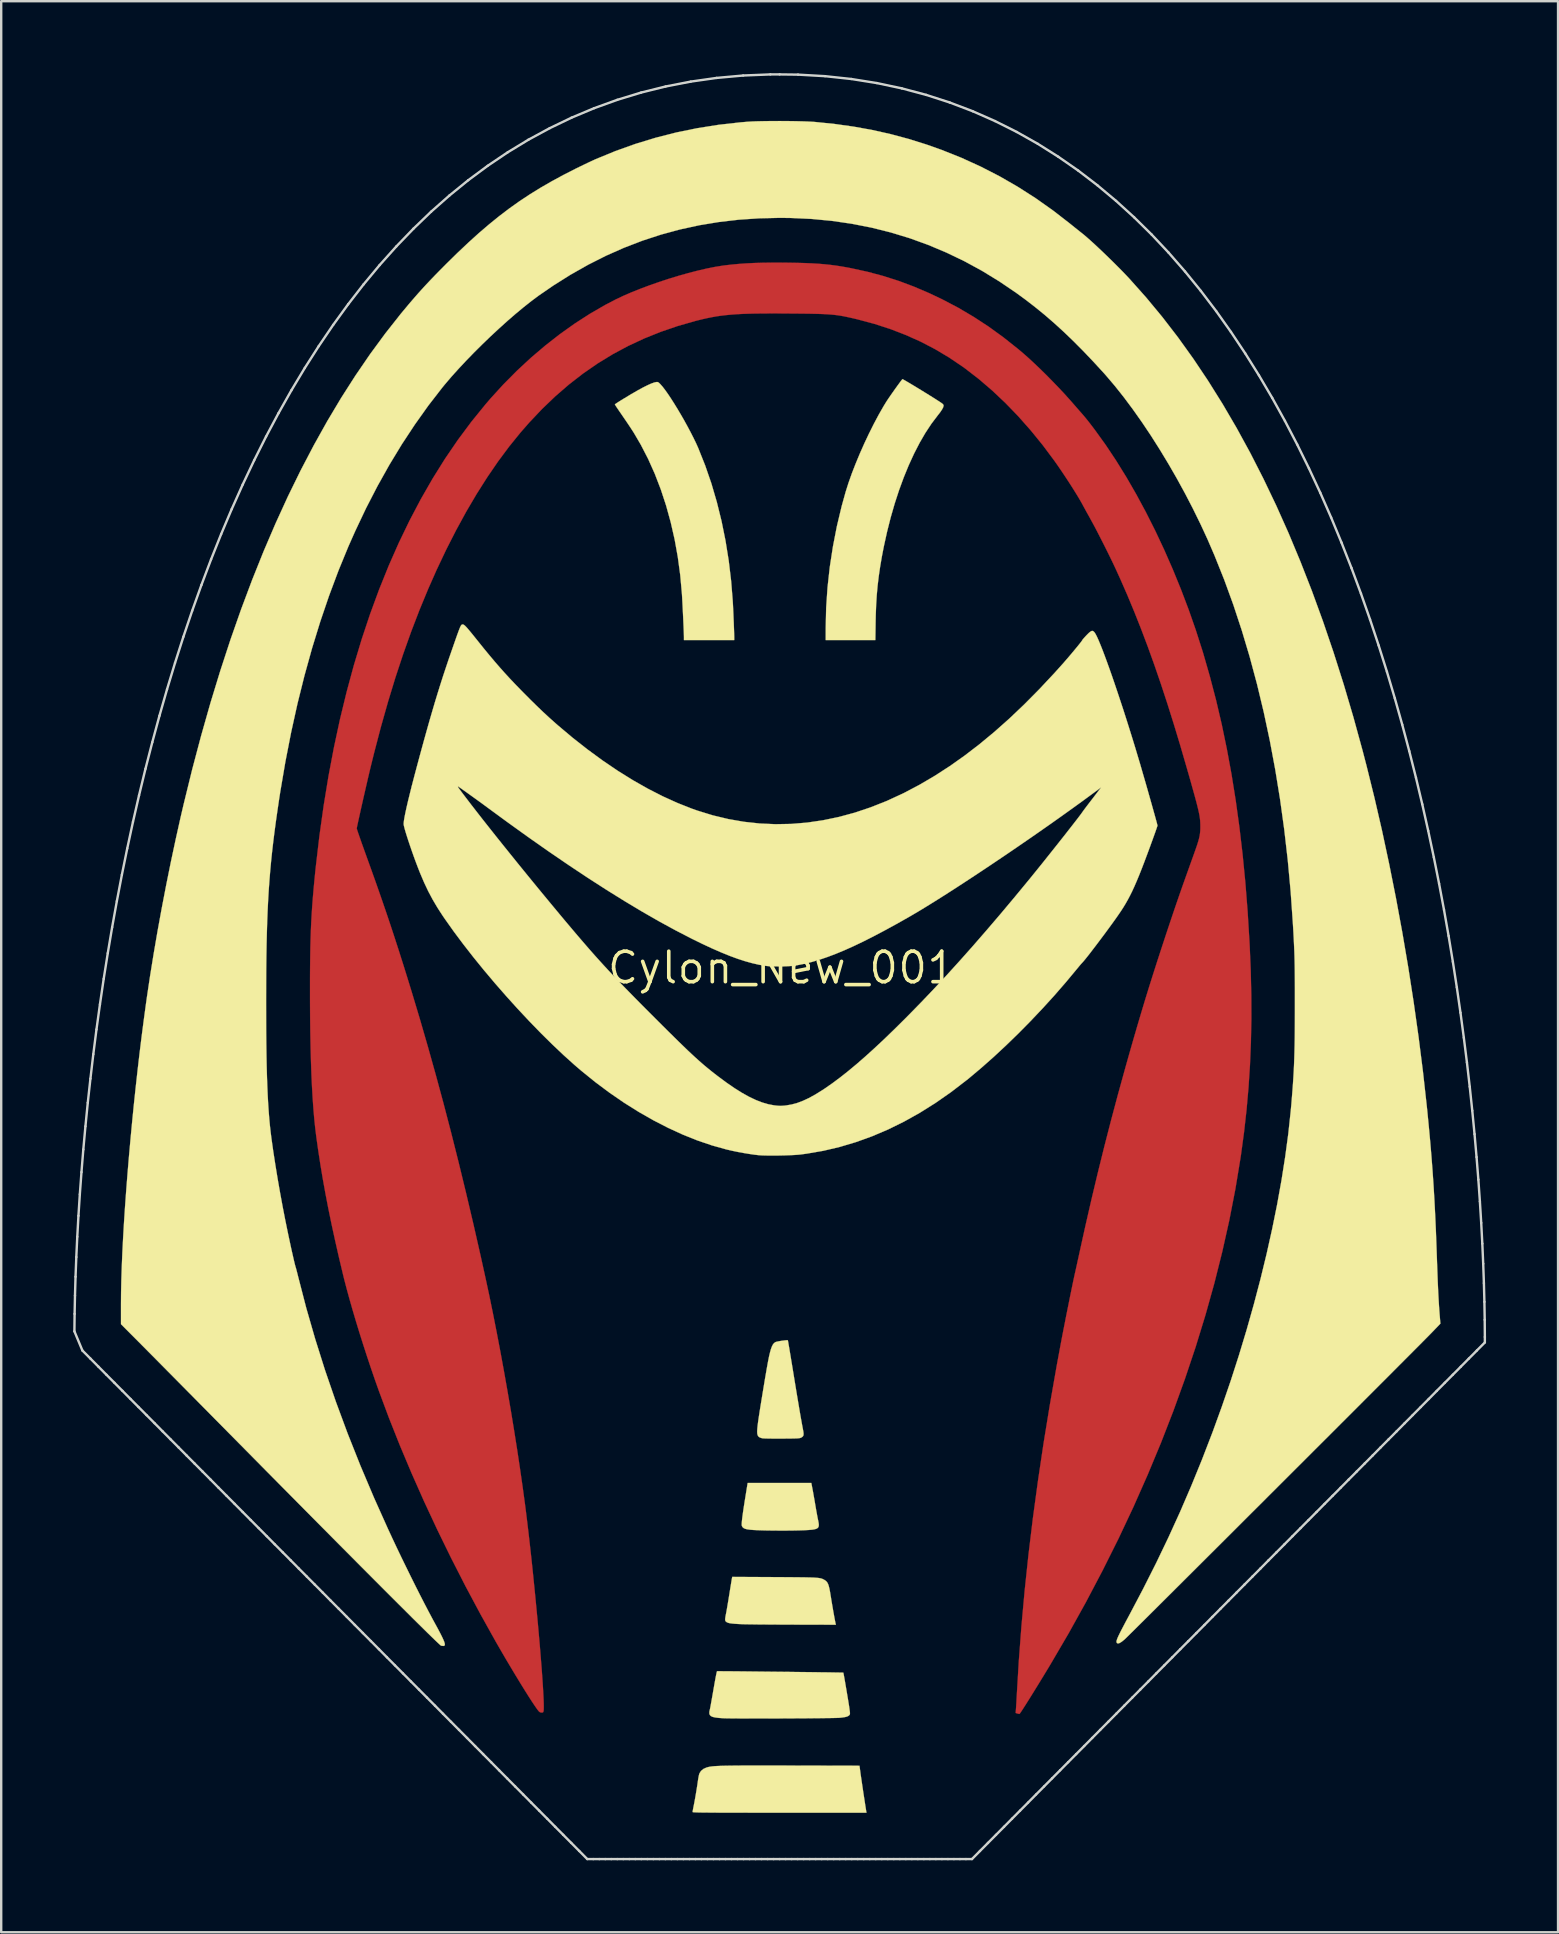
<source format=kicad_pcb>
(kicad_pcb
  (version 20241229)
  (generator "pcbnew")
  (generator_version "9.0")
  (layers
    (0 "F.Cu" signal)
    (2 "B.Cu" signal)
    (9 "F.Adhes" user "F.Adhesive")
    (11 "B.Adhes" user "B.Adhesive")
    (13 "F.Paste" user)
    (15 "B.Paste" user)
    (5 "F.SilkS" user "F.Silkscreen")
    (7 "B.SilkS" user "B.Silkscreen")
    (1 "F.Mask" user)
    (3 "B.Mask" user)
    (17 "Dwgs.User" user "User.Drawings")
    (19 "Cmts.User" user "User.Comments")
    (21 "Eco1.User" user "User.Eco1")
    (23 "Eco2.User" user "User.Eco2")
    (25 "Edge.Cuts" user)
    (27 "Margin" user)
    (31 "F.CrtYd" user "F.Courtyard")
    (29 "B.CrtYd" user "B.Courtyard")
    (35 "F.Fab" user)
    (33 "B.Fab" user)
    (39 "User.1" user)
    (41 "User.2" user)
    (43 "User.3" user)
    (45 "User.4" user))
  (footprint "Cylon_New_001"
    (layer "F.Cu")
    (at 29.528 37.267)
    (property "Reference" "Cylon_New_001" (at 0 0 0) (layer "F.SilkS") (effects (font (size 1.27 1.27) (thickness 0.15))))
    (attr through_hole)
    (fp_poly (pts (xy -0.027 -29.376) (xy 0.254 -29.373) (xy 0.616 -29.367) (xy 0.941 -29.358) (xy 1.237 -29.346) (xy 1.508 -29.33) (xy 1.762 -29.309) (xy 2.004 -29.284) (xy 2.241 -29.254) (xy 2.478 -29.217) (xy 2.722 -29.174) (xy 2.868 -29.146) (xy 3.551 -28.997) (xy 4.212 -28.821) (xy 4.858 -28.615) (xy 5.497 -28.376) (xy 6.138 -28.102) (xy 6.678 -27.845) (xy 7.341 -27.497) (xy 7.982 -27.119) (xy 8.608 -26.71) (xy 9.222 -26.265) (xy 9.829 -25.783) (xy 10.044 -25.602) (xy 10.258 -25.413) (xy 10.493 -25.196) (xy 10.742 -24.959) (xy 10.999 -24.707) (xy 11.257 -24.445) (xy 11.512 -24.181) (xy 11.756 -23.921) (xy 11.983 -23.669) (xy 12.118 -23.516) (xy 12.209 -23.411) (xy 12.301 -23.306) (xy 12.385 -23.209) (xy 12.455 -23.13) (xy 12.488 -23.093) (xy 12.578 -22.988) (xy 12.676 -22.87) (xy 12.786 -22.732) (xy 12.911 -22.569) (xy 13.051 -22.384) (xy 13.491 -21.773) (xy 13.923 -21.123) (xy 14.347 -20.438) (xy 14.761 -19.72) (xy 15.163 -18.974) (xy 15.552 -18.201) (xy 15.925 -17.407) (xy 16.282 -16.593) (xy 16.621 -15.763) (xy 16.941 -14.92) (xy 17.239 -14.068) (xy 17.514 -13.209) (xy 17.546 -13.106) (xy 17.824 -12.139) (xy 18.082 -11.153) (xy 18.318 -10.146) (xy 18.532 -9.116) (xy 18.727 -8.06) (xy 18.901 -6.978) (xy 19.054 -5.868) (xy 19.188 -4.727) (xy 19.303 -3.553) (xy 19.398 -2.346) (xy 19.474 -1.103) (xy 19.484 -0.921) (xy 19.528 0.127) (xy 19.551 1.143) (xy 19.554 2.132) (xy 19.535 3.099) (xy 19.496 4.049) (xy 19.435 4.987) (xy 19.353 5.918) (xy 19.249 6.848) (xy 19.123 7.78) (xy 19.101 7.927) (xy 18.888 9.217) (xy 18.635 10.517) (xy 18.342 11.827) (xy 18.011 13.144) (xy 17.641 14.467) (xy 17.233 15.795) (xy 16.787 17.126) (xy 16.305 18.459) (xy 15.787 19.792) (xy 15.232 21.125) (xy 14.643 22.455) (xy 14.019 23.781) (xy 13.36 25.101) (xy 12.669 26.415) (xy 11.944 27.721) (xy 11.186 29.016) (xy 11.153 29.072) (xy 11.028 29.279) (xy 10.901 29.488) (xy 10.773 29.697) (xy 10.647 29.903) (xy 10.524 30.102) (xy 10.407 30.292) (xy 10.297 30.468) (xy 10.196 30.629) (xy 10.106 30.77) (xy 10.03 30.889) (xy 9.968 30.983) (xy 9.924 31.048) (xy 9.899 31.081) (xy 9.895 31.085) (xy 9.862 31.082) (xy 9.81 31.069) (xy 9.804 31.067) (xy 9.734 31.045) (xy 9.746 30.895) (xy 9.751 30.825) (xy 9.757 30.724) (xy 9.765 30.599) (xy 9.772 30.461) (xy 9.78 30.321) (xy 9.866 28.878) (xy 9.976 27.419) (xy 10.11 25.941) (xy 10.269 24.443) (xy 10.453 22.923) (xy 10.663 21.378) (xy 10.897 19.807) (xy 11.158 18.208) (xy 11.444 16.579) (xy 11.6 15.737) (xy 11.64 15.524) (xy 11.685 15.29) (xy 11.733 15.043) (xy 11.784 14.785) (xy 11.835 14.522) (xy 11.888 14.259) (xy 11.94 14) (xy 11.99 13.75) (xy 12.038 13.514) (xy 12.083 13.296) (xy 12.123 13.102) (xy 12.158 12.937) (xy 12.187 12.803) (xy 12.205 12.721) (xy 12.224 12.64) (xy 12.249 12.526) (xy 12.28 12.387) (xy 12.314 12.23) (xy 12.351 12.065) (xy 12.385 11.906) (xy 12.64 10.752) (xy 12.897 9.631) (xy 13.159 8.532) (xy 13.428 7.446) (xy 13.707 6.362) (xy 13.998 5.271) (xy 14.304 4.163) (xy 14.46 3.609) (xy 14.632 3.008) (xy 14.798 2.438) (xy 14.96 1.891) (xy 15.12 1.359) (xy 15.282 0.833) (xy 15.448 0.306) (xy 15.62 -0.232) (xy 15.801 -0.789) (xy 15.993 -1.373) (xy 16.096 -1.683) (xy 16.181 -1.936) (xy 16.26 -2.171) (xy 16.334 -2.391) (xy 16.406 -2.602) (xy 16.478 -2.81) (xy 16.55 -3.019) (xy 16.625 -3.234) (xy 16.705 -3.462) (xy 16.792 -3.706) (xy 16.887 -3.972) (xy 16.992 -4.266) (xy 17.109 -4.592) (xy 17.163 -4.742) (xy 17.235 -4.946) (xy 17.294 -5.117) (xy 17.339 -5.262) (xy 17.374 -5.386) (xy 17.398 -5.497) (xy 17.414 -5.6) (xy 17.424 -5.701) (xy 17.428 -5.807) (xy 17.428 -5.895) (xy 17.427 -5.976) (xy 17.424 -6.053) (xy 17.42 -6.129) (xy 17.412 -6.207) (xy 17.4 -6.291) (xy 17.385 -6.384) (xy 17.364 -6.487) (xy 17.337 -6.605) (xy 17.304 -6.741) (xy 17.264 -6.897) (xy 17.216 -7.077) (xy 17.159 -7.283) (xy 17.093 -7.519) (xy 17.018 -7.788) (xy 16.931 -8.092) (xy 16.869 -8.308) (xy 16.597 -9.244) (xy 16.326 -10.14) (xy 16.056 -10.999) (xy 15.785 -11.824) (xy 15.513 -12.616) (xy 15.238 -13.379) (xy 14.96 -14.115) (xy 14.678 -14.826) (xy 14.391 -15.516) (xy 14.098 -16.186) (xy 13.918 -16.582) (xy 13.817 -16.798) (xy 13.702 -17.038) (xy 13.577 -17.292) (xy 13.446 -17.555) (xy 13.313 -17.817) (xy 13.182 -18.073) (xy 13.057 -18.314) (xy 12.94 -18.532) (xy 12.837 -18.72) (xy 12.825 -18.743) (xy 12.751 -18.875) (xy 12.679 -19.004) (xy 12.614 -19.123) (xy 12.559 -19.223) (xy 12.519 -19.297) (xy 12.51 -19.315) (xy 12.444 -19.433) (xy 12.358 -19.58) (xy 12.255 -19.75) (xy 12.138 -19.938) (xy 12.011 -20.138) (xy 11.877 -20.344) (xy 11.74 -20.551) (xy 11.603 -20.754) (xy 11.471 -20.946) (xy 11.347 -21.123) (xy 11.346 -21.124) (xy 10.862 -21.773) (xy 10.359 -22.391) (xy 9.841 -22.977) (xy 9.308 -23.528) (xy 8.763 -24.043) (xy 8.207 -24.52) (xy 7.641 -24.958) (xy 7.521 -25.045) (xy 6.958 -25.425) (xy 6.378 -25.77) (xy 5.78 -26.082) (xy 5.16 -26.36) (xy 4.517 -26.608) (xy 3.847 -26.825) (xy 3.149 -27.012) (xy 2.987 -27.051) (xy 2.835 -27.085) (xy 2.697 -27.115) (xy 2.567 -27.142) (xy 2.442 -27.164) (xy 2.317 -27.183) (xy 2.189 -27.199) (xy 2.053 -27.212) (xy 1.905 -27.223) (xy 1.742 -27.232) (xy 1.559 -27.239) (xy 1.352 -27.244) (xy 1.117 -27.249) (xy 0.85 -27.252) (xy 0.547 -27.255) (xy 0.37 -27.256) (xy -0.053 -27.259) (xy -0.437 -27.26) (xy -0.787 -27.258) (xy -1.104 -27.255) (xy -1.393 -27.248) (xy -1.658 -27.239) (xy -1.901 -27.226) (xy -2.126 -27.209) (xy -2.337 -27.189) (xy -2.538 -27.165) (xy -2.731 -27.137) (xy -2.921 -27.103) (xy -3.11 -27.065) (xy -3.302 -27.022) (xy -3.502 -26.973) (xy -3.609 -26.946) (xy -4.346 -26.735) (xy -5.058 -26.491) (xy -5.747 -26.214) (xy -6.413 -25.903) (xy -7.057 -25.557) (xy -7.682 -25.175) (xy -8.286 -24.757) (xy -8.873 -24.302) (xy -9.443 -23.809) (xy -9.997 -23.278) (xy -10.536 -22.708) (xy -10.898 -22.294) (xy -11.367 -21.715) (xy -11.827 -21.096) (xy -12.279 -20.436) (xy -12.722 -19.738) (xy -13.155 -19.002) (xy -13.577 -18.229) (xy -13.989 -17.42) (xy -14.389 -16.576) (xy -14.737 -15.79) (xy -15.1 -14.912) (xy -15.449 -14.004) (xy -15.784 -13.063) (xy -16.106 -12.089) (xy -16.414 -11.079) (xy -16.71 -10.033) (xy -16.994 -8.948) (xy -17.131 -8.393) (xy -17.166 -8.249) (xy -17.205 -8.084) (xy -17.248 -7.901) (xy -17.293 -7.704) (xy -17.341 -7.498) (xy -17.389 -7.287) (xy -17.438 -7.075) (xy -17.485 -6.865) (xy -17.531 -6.663) (xy -17.573 -6.473) (xy -17.612 -6.298) (xy -17.646 -6.143) (xy -17.675 -6.011) (xy -17.697 -5.909) (xy -17.711 -5.838) (xy -17.716 -5.804) (xy -17.716 -5.803) (xy -17.709 -5.775) (xy -17.689 -5.712) (xy -17.657 -5.616) (xy -17.614 -5.492) (xy -17.562 -5.343) (xy -17.503 -5.174) (xy -17.436 -4.988) (xy -17.365 -4.789) (xy -17.327 -4.684) (xy -17.103 -4.063) (xy -16.893 -3.473) (xy -16.695 -2.906) (xy -16.505 -2.354) (xy -16.321 -1.808) (xy -16.141 -1.262) (xy -15.961 -0.706) (xy -15.779 -0.133) (xy -15.593 0.465) (xy -15.423 1.016) (xy -15.082 2.151) (xy -14.749 3.301) (xy -14.422 4.468) (xy -14.1 5.656) (xy -13.784 6.868) (xy -13.472 8.108) (xy -13.163 9.378) (xy -12.856 10.681) (xy -12.551 12.022) (xy -12.35 12.933) (xy -12.196 13.649) (xy -12.042 14.4) (xy -11.888 15.18) (xy -11.735 15.981) (xy -11.585 16.797) (xy -11.439 17.621) (xy -11.297 18.446) (xy -11.162 19.267) (xy -11.034 20.075) (xy -10.915 20.865) (xy -10.805 21.63) (xy -10.705 22.362) (xy -10.679 22.564) (xy -10.636 22.912) (xy -10.592 23.277) (xy -10.547 23.656) (xy -10.503 24.048) (xy -10.458 24.449) (xy -10.414 24.858) (xy -10.371 25.271) (xy -10.329 25.688) (xy -10.287 26.104) (xy -10.247 26.519) (xy -10.208 26.929) (xy -10.17 27.333) (xy -10.135 27.728) (xy -10.101 28.111) (xy -10.07 28.481) (xy -10.042 28.834) (xy -10.015 29.169) (xy -9.992 29.484) (xy -9.972 29.775) (xy -9.955 30.041) (xy -9.942 30.279) (xy -9.932 30.487) (xy -9.926 30.663) (xy -9.925 30.803) (xy -9.927 30.907) (xy -9.934 30.971) (xy -9.935 30.975) (xy -9.95 31.013) (xy -9.977 31.027) (xy -10.028 31.026) (xy -10.067 31.02) (xy -10.1 31.004) (xy -10.135 30.972) (xy -10.179 30.917) (xy -10.225 30.854) (xy -10.314 30.725) (xy -10.422 30.563) (xy -10.545 30.372) (xy -10.682 30.155) (xy -10.83 29.917) (xy -10.987 29.661) (xy -11.151 29.391) (xy -11.318 29.111) (xy -11.488 28.826) (xy -11.656 28.538) (xy -11.822 28.251) (xy -11.922 28.078) (xy -12.564 26.926) (xy -13.186 25.762) (xy -13.785 24.589) (xy -14.36 23.412) (xy -14.909 22.235) (xy -15.429 21.063) (xy -15.919 19.899) (xy -16.376 18.748) (xy -16.799 17.614) (xy -16.8 17.611) (xy -16.964 17.148) (xy -17.128 16.67) (xy -17.29 16.184) (xy -17.449 15.694) (xy -17.603 15.206) (xy -17.75 14.725) (xy -17.888 14.258) (xy -18.016 13.81) (xy -18.132 13.387) (xy -18.235 12.994) (xy -18.286 12.785) (xy -18.461 12.051) (xy -18.62 11.351) (xy -18.766 10.68) (xy -18.899 10.034) (xy -19.02 9.407) (xy -19.131 8.793) (xy -19.232 8.189) (xy -19.324 7.589) (xy -19.398 7.065) (xy -19.443 6.704) (xy -19.484 6.314) (xy -19.52 5.895) (xy -19.552 5.445) (xy -19.58 4.963) (xy -19.604 4.448) (xy -19.623 3.898) (xy -19.639 3.313) (xy -19.651 2.689) (xy -19.659 2.027) (xy -19.663 1.325) (xy -19.663 0.91) (xy -19.663 0.423) (xy -19.66 -0.027) (xy -19.655 -0.445) (xy -19.649 -0.836) (xy -19.639 -1.206) (xy -19.627 -1.559) (xy -19.612 -1.902) (xy -19.593 -2.238) (xy -19.571 -2.573) (xy -19.545 -2.913) (xy -19.515 -3.262) (xy -19.481 -3.627) (xy -19.443 -4.011) (xy -19.419 -4.233) (xy -19.269 -5.512) (xy -19.093 -6.764) (xy -18.892 -7.989) (xy -18.665 -9.186) (xy -18.414 -10.354) (xy -18.137 -11.494) (xy -17.836 -12.605) (xy -17.51 -13.686) (xy -17.16 -14.736) (xy -16.785 -15.756) (xy -16.387 -16.744) (xy -15.965 -17.7) (xy -15.519 -18.624) (xy -15.05 -19.516) (xy -14.558 -20.374) (xy -14.043 -21.198) (xy -13.505 -21.988) (xy -12.944 -22.742) (xy -12.36 -23.462) (xy -12.141 -23.717) (xy -11.6 -24.31) (xy -11.037 -24.877) (xy -10.456 -25.416) (xy -9.858 -25.924) (xy -9.248 -26.401) (xy -8.626 -26.843) (xy -7.997 -27.248) (xy -7.363 -27.615) (xy -6.932 -27.84) (xy -6.62 -27.988) (xy -6.277 -28.137) (xy -5.909 -28.284) (xy -5.523 -28.429) (xy -5.124 -28.569) (xy -4.718 -28.702) (xy -4.312 -28.826) (xy -3.91 -28.939) (xy -3.52 -29.04) (xy -3.148 -29.127) (xy -2.798 -29.197) (xy -2.478 -29.249) (xy -2.392 -29.261) (xy -2.092 -29.295) (xy -1.79 -29.323) (xy -1.479 -29.345) (xy -1.153 -29.361) (xy -0.806 -29.371) (xy -0.432 -29.376) (xy -0.027 -29.376)) (stroke (width 0.01) (type solid)) (fill yes) (layer "F.Cu"))
    (fp_poly (pts (xy -13.265 -7.417) (xy -13.196 -7.381) (xy -13.101 -7.324) (xy -12.982 -7.247) (xy -12.843 -7.154) (xy -12.686 -7.045) (xy -12.516 -6.924) (xy -12.375 -6.822) (xy -11.97 -6.526) (xy -11.595 -6.253) (xy -11.247 -6.001) (xy -10.921 -5.766) (xy -10.614 -5.547) (xy -10.323 -5.341) (xy -10.044 -5.144) (xy -9.773 -4.956) (xy -9.507 -4.772) (xy -9.242 -4.591) (xy -8.974 -4.411) (xy -8.699 -4.227) (xy -8.415 -4.038) (xy -8.369 -4.008) (xy -7.745 -3.602) (xy -7.132 -3.213) (xy -6.53 -2.841) (xy -5.941 -2.488) (xy -5.368 -2.155) (xy -4.812 -1.843) (xy -4.275 -1.553) (xy -3.76 -1.286) (xy -3.268 -1.044) (xy -2.801 -0.826) (xy -2.361 -0.635) (xy -1.95 -0.471) (xy -1.908 -0.455) (xy -1.469 -0.314) (xy -1.02 -0.212) (xy -0.563 -0.15) (xy -0.102 -0.128) (xy 0.359 -0.146) (xy 0.816 -0.204) (xy 1.265 -0.303) (xy 1.289 -0.31) (xy 1.55 -0.389) (xy 1.842 -0.494) (xy 2.163 -0.622) (xy 2.512 -0.773) (xy 2.886 -0.946) (xy 3.284 -1.139) (xy 3.703 -1.352) (xy 4.142 -1.582) (xy 4.599 -1.83) (xy 5.071 -2.094) (xy 5.557 -2.373) (xy 6.054 -2.666) (xy 6.561 -2.971) (xy 7.076 -3.289) (xy 7.597 -3.616) (xy 8.121 -3.954) (xy 8.647 -4.299) (xy 9.172 -4.652) (xy 9.557 -4.915) (xy 9.727 -5.033) (xy 9.914 -5.163) (xy 10.114 -5.304) (xy 10.324 -5.453) (xy 10.541 -5.607) (xy 10.761 -5.765) (xy 10.982 -5.923) (xy 11.199 -6.08) (xy 11.411 -6.234) (xy 11.613 -6.381) (xy 11.803 -6.52) (xy 11.978 -6.648) (xy 12.133 -6.764) (xy 12.266 -6.863) (xy 12.374 -6.946) (xy 12.454 -7.008) (xy 12.499 -7.046) (xy 12.578 -7.109) (xy 12.672 -7.174) (xy 12.772 -7.235) (xy 12.869 -7.288) (xy 12.953 -7.325) (xy 13.016 -7.344) (xy 13.028 -7.345) (xy 13.077 -7.327) (xy 13.107 -7.281) (xy 13.112 -7.22) (xy 13.104 -7.191) (xy 13.082 -7.148) (xy 13.039 -7.079) (xy 12.979 -6.989) (xy 12.908 -6.886) (xy 12.829 -6.774) (xy 12.749 -6.662) (xy 12.67 -6.556) (xy 12.599 -6.461) (xy 12.539 -6.386) (xy 12.495 -6.335) (xy 12.49 -6.331) (xy 12.466 -6.303) (xy 12.422 -6.248) (xy 12.362 -6.172) (xy 12.292 -6.083) (xy 12.246 -6.022) (xy 12.045 -5.762) (xy 11.82 -5.475) (xy 11.576 -5.166) (xy 11.315 -4.838) (xy 11.043 -4.499) (xy 10.761 -4.151) (xy 10.476 -3.799) (xy 10.189 -3.45) (xy 9.906 -3.107) (xy 9.726 -2.889) (xy 9.097 -2.14) (xy 8.484 -1.423) (xy 7.886 -0.737) (xy 7.304 -0.083) (xy 6.739 0.538) (xy 6.191 1.127) (xy 5.659 1.683) (xy 5.145 2.205) (xy 4.649 2.693) (xy 4.17 3.148) (xy 3.71 3.568) (xy 3.269 3.954) (xy 2.847 4.305) (xy 2.444 4.621) (xy 2.06 4.901) (xy 1.697 5.145) (xy 1.354 5.353) (xy 1.059 5.51) (xy 0.798 5.633) (xy 0.563 5.728) (xy 0.349 5.797) (xy 0.152 5.84) (xy -0.033 5.859) (xy -0.211 5.855) (xy -0.265 5.849) (xy -0.501 5.805) (xy -0.754 5.729) (xy -1.025 5.621) (xy -1.315 5.48) (xy -1.624 5.306) (xy -1.956 5.097) (xy -2.244 4.901) (xy -2.604 4.638) (xy -2.984 4.339) (xy -3.385 4.007) (xy -3.805 3.641) (xy -4.243 3.243) (xy -4.698 2.815) (xy -5.169 2.356) (xy -5.655 1.867) (xy -6.155 1.351) (xy -6.668 0.808) (xy -7.193 0.238) (xy -7.729 -0.357) (xy -8.274 -0.976) (xy -8.731 -1.503) (xy -8.959 -1.77) (xy -9.197 -2.05) (xy -9.441 -2.341) (xy -9.691 -2.639) (xy -9.945 -2.944) (xy -10.201 -3.254) (xy -10.458 -3.565) (xy -10.713 -3.877) (xy -10.967 -4.188) (xy -11.216 -4.495) (xy -11.459 -4.796) (xy -11.695 -5.089) (xy -11.922 -5.373) (xy -12.138 -5.645) (xy -12.343 -5.904) (xy -12.533 -6.147) (xy -12.708 -6.372) (xy -12.866 -6.578) (xy -13.006 -6.762) (xy -13.125 -6.923) (xy -13.223 -7.058) (xy -13.297 -7.165) (xy -13.346 -7.243) (xy -13.359 -7.266) (xy -13.383 -7.339) (xy -13.376 -7.394) (xy -13.337 -7.425) (xy -13.302 -7.429) (xy -13.265 -7.417)) (stroke (width 0.01) (type solid)) (fill yes) (layer "F.Mask"))
    (fp_poly (pts (xy -0.027 -29.376) (xy 0.254 -29.373) (xy 0.616 -29.367) (xy 0.941 -29.358) (xy 1.237 -29.346) (xy 1.508 -29.33) (xy 1.762 -29.309) (xy 2.004 -29.284) (xy 2.241 -29.254) (xy 2.478 -29.217) (xy 2.722 -29.174) (xy 2.868 -29.146) (xy 3.551 -28.997) (xy 4.212 -28.821) (xy 4.858 -28.615) (xy 5.497 -28.376) (xy 6.138 -28.102) (xy 6.678 -27.845) (xy 7.341 -27.497) (xy 7.982 -27.119) (xy 8.608 -26.71) (xy 9.222 -26.265) (xy 9.829 -25.783) (xy 10.044 -25.602) (xy 10.258 -25.413) (xy 10.493 -25.196) (xy 10.742 -24.959) (xy 10.999 -24.707) (xy 11.257 -24.445) (xy 11.512 -24.181) (xy 11.756 -23.921) (xy 11.983 -23.669) (xy 12.118 -23.516) (xy 12.209 -23.411) (xy 12.301 -23.306) (xy 12.385 -23.209) (xy 12.455 -23.13) (xy 12.488 -23.093) (xy 12.578 -22.988) (xy 12.676 -22.87) (xy 12.786 -22.732) (xy 12.911 -22.569) (xy 13.051 -22.384) (xy 13.491 -21.773) (xy 13.923 -21.123) (xy 14.347 -20.438) (xy 14.761 -19.72) (xy 15.163 -18.974) (xy 15.552 -18.201) (xy 15.925 -17.407) (xy 16.282 -16.593) (xy 16.621 -15.763) (xy 16.941 -14.92) (xy 17.239 -14.068) (xy 17.514 -13.209) (xy 17.546 -13.106) (xy 17.824 -12.139) (xy 18.082 -11.153) (xy 18.318 -10.146) (xy 18.532 -9.116) (xy 18.727 -8.06) (xy 18.901 -6.978) (xy 19.054 -5.868) (xy 19.188 -4.727) (xy 19.303 -3.553) (xy 19.398 -2.346) (xy 19.474 -1.103) (xy 19.484 -0.921) (xy 19.528 0.127) (xy 19.551 1.143) (xy 19.554 2.132) (xy 19.535 3.099) (xy 19.496 4.049) (xy 19.435 4.987) (xy 19.353 5.918) (xy 19.249 6.848) (xy 19.123 7.78) (xy 19.101 7.927) (xy 18.888 9.217) (xy 18.635 10.517) (xy 18.342 11.827) (xy 18.011 13.144) (xy 17.641 14.467) (xy 17.233 15.795) (xy 16.787 17.126) (xy 16.305 18.459) (xy 15.787 19.792) (xy 15.232 21.125) (xy 14.643 22.455) (xy 14.019 23.781) (xy 13.36 25.101) (xy 12.669 26.415) (xy 11.944 27.721) (xy 11.186 29.016) (xy 11.153 29.072) (xy 11.028 29.279) (xy 10.901 29.488) (xy 10.773 29.697) (xy 10.647 29.903) (xy 10.524 30.102) (xy 10.407 30.292) (xy 10.297 30.468) (xy 10.196 30.629) (xy 10.106 30.77) (xy 10.03 30.889) (xy 9.968 30.983) (xy 9.924 31.048) (xy 9.899 31.081) (xy 9.895 31.085) (xy 9.862 31.082) (xy 9.81 31.069) (xy 9.804 31.067) (xy 9.734 31.045) (xy 9.746 30.895) (xy 9.751 30.825) (xy 9.757 30.724) (xy 9.765 30.599) (xy 9.772 30.461) (xy 9.78 30.321) (xy 9.866 28.878) (xy 9.976 27.419) (xy 10.11 25.941) (xy 10.269 24.443) (xy 10.453 22.923) (xy 10.663 21.378) (xy 10.897 19.807) (xy 11.158 18.208) (xy 11.444 16.579) (xy 11.6 15.737) (xy 11.64 15.524) (xy 11.685 15.29) (xy 11.733 15.043) (xy 11.784 14.785) (xy 11.835 14.522) (xy 11.888 14.259) (xy 11.94 14) (xy 11.99 13.75) (xy 12.038 13.514) (xy 12.083 13.296) (xy 12.123 13.102) (xy 12.158 12.937) (xy 12.187 12.803) (xy 12.205 12.721) (xy 12.224 12.64) (xy 12.249 12.526) (xy 12.28 12.387) (xy 12.314 12.23) (xy 12.351 12.065) (xy 12.385 11.906) (xy 12.64 10.752) (xy 12.897 9.631) (xy 13.159 8.532) (xy 13.428 7.446) (xy 13.707 6.362) (xy 13.998 5.271) (xy 14.304 4.163) (xy 14.46 3.609) (xy 14.632 3.008) (xy 14.798 2.438) (xy 14.96 1.891) (xy 15.12 1.359) (xy 15.282 0.833) (xy 15.448 0.306) (xy 15.62 -0.232) (xy 15.801 -0.789) (xy 15.993 -1.373) (xy 16.096 -1.683) (xy 16.181 -1.936) (xy 16.26 -2.171) (xy 16.334 -2.391) (xy 16.406 -2.602) (xy 16.478 -2.81) (xy 16.55 -3.019) (xy 16.625 -3.234) (xy 16.705 -3.462) (xy 16.792 -3.706) (xy 16.887 -3.972) (xy 16.992 -4.266) (xy 17.109 -4.592) (xy 17.163 -4.742) (xy 17.235 -4.946) (xy 17.294 -5.117) (xy 17.339 -5.262) (xy 17.374 -5.386) (xy 17.398 -5.497) (xy 17.414 -5.6) (xy 17.424 -5.701) (xy 17.428 -5.807) (xy 17.428 -5.895) (xy 17.427 -5.976) (xy 17.424 -6.053) (xy 17.42 -6.129) (xy 17.412 -6.207) (xy 17.4 -6.291) (xy 17.385 -6.384) (xy 17.364 -6.487) (xy 17.337 -6.605) (xy 17.304 -6.741) (xy 17.264 -6.897) (xy 17.216 -7.077) (xy 17.159 -7.283) (xy 17.093 -7.519) (xy 17.018 -7.788) (xy 16.931 -8.092) (xy 16.869 -8.308) (xy 16.597 -9.244) (xy 16.326 -10.14) (xy 16.056 -10.999) (xy 15.785 -11.824) (xy 15.513 -12.616) (xy 15.238 -13.379) (xy 14.96 -14.115) (xy 14.678 -14.826) (xy 14.391 -15.516) (xy 14.098 -16.186) (xy 13.918 -16.582) (xy 13.817 -16.798) (xy 13.702 -17.038) (xy 13.577 -17.292) (xy 13.446 -17.555) (xy 13.313 -17.817) (xy 13.182 -18.073) (xy 13.057 -18.314) (xy 12.94 -18.532) (xy 12.837 -18.72) (xy 12.825 -18.743) (xy 12.751 -18.875) (xy 12.679 -19.004) (xy 12.614 -19.123) (xy 12.559 -19.223) (xy 12.519 -19.297) (xy 12.51 -19.315) (xy 12.444 -19.433) (xy 12.358 -19.58) (xy 12.255 -19.75) (xy 12.138 -19.938) (xy 12.011 -20.138) (xy 11.877 -20.344) (xy 11.74 -20.551) (xy 11.603 -20.754) (xy 11.471 -20.946) (xy 11.347 -21.123) (xy 11.346 -21.124) (xy 10.862 -21.773) (xy 10.359 -22.391) (xy 9.841 -22.977) (xy 9.308 -23.528) (xy 8.763 -24.043) (xy 8.207 -24.52) (xy 7.641 -24.958) (xy 7.521 -25.045) (xy 6.958 -25.425) (xy 6.378 -25.77) (xy 5.78 -26.082) (xy 5.16 -26.36) (xy 4.517 -26.608) (xy 3.847 -26.825) (xy 3.149 -27.012) (xy 2.987 -27.051) (xy 2.835 -27.085) (xy 2.697 -27.115) (xy 2.567 -27.142) (xy 2.442 -27.164) (xy 2.317 -27.183) (xy 2.189 -27.199) (xy 2.053 -27.212) (xy 1.905 -27.223) (xy 1.742 -27.232) (xy 1.559 -27.239) (xy 1.352 -27.244) (xy 1.117 -27.249) (xy 0.85 -27.252) (xy 0.547 -27.255) (xy 0.37 -27.256) (xy -0.053 -27.259) (xy -0.437 -27.26) (xy -0.787 -27.258) (xy -1.104 -27.255) (xy -1.393 -27.248) (xy -1.658 -27.239) (xy -1.901 -27.226) (xy -2.126 -27.209) (xy -2.337 -27.189) (xy -2.538 -27.165) (xy -2.731 -27.137) (xy -2.921 -27.103) (xy -3.11 -27.065) (xy -3.302 -27.022) (xy -3.502 -26.973) (xy -3.609 -26.946) (xy -4.346 -26.735) (xy -5.058 -26.491) (xy -5.747 -26.214) (xy -6.413 -25.903) (xy -7.057 -25.557) (xy -7.682 -25.175) (xy -8.286 -24.757) (xy -8.873 -24.302) (xy -9.443 -23.809) (xy -9.997 -23.278) (xy -10.536 -22.708) (xy -10.898 -22.294) (xy -11.367 -21.715) (xy -11.827 -21.096) (xy -12.279 -20.436) (xy -12.722 -19.738) (xy -13.155 -19.002) (xy -13.577 -18.229) (xy -13.989 -17.42) (xy -14.389 -16.576) (xy -14.737 -15.79) (xy -15.1 -14.912) (xy -15.449 -14.004) (xy -15.784 -13.063) (xy -16.106 -12.089) (xy -16.414 -11.079) (xy -16.71 -10.033) (xy -16.994 -8.948) (xy -17.131 -8.393) (xy -17.166 -8.249) (xy -17.205 -8.084) (xy -17.248 -7.901) (xy -17.293 -7.704) (xy -17.341 -7.498) (xy -17.389 -7.287) (xy -17.438 -7.075) (xy -17.485 -6.865) (xy -17.531 -6.663) (xy -17.573 -6.473) (xy -17.612 -6.298) (xy -17.646 -6.143) (xy -17.675 -6.011) (xy -17.697 -5.909) (xy -17.711 -5.838) (xy -17.716 -5.804) (xy -17.716 -5.803) (xy -17.709 -5.775) (xy -17.689 -5.712) (xy -17.657 -5.616) (xy -17.614 -5.492) (xy -17.562 -5.343) (xy -17.503 -5.174) (xy -17.436 -4.988) (xy -17.365 -4.789) (xy -17.327 -4.684) (xy -17.103 -4.063) (xy -16.893 -3.473) (xy -16.695 -2.906) (xy -16.505 -2.354) (xy -16.321 -1.808) (xy -16.141 -1.262) (xy -15.961 -0.706) (xy -15.779 -0.133) (xy -15.593 0.465) (xy -15.423 1.016) (xy -15.082 2.151) (xy -14.749 3.301) (xy -14.422 4.468) (xy -14.1 5.656) (xy -13.784 6.868) (xy -13.472 8.108) (xy -13.163 9.378) (xy -12.856 10.681) (xy -12.551 12.022) (xy -12.35 12.933) (xy -12.196 13.649) (xy -12.042 14.4) (xy -11.888 15.18) (xy -11.735 15.981) (xy -11.585 16.797) (xy -11.439 17.621) (xy -11.297 18.446) (xy -11.162 19.267) (xy -11.034 20.075) (xy -10.915 20.865) (xy -10.805 21.63) (xy -10.705 22.362) (xy -10.679 22.564) (xy -10.636 22.912) (xy -10.592 23.277) (xy -10.547 23.656) (xy -10.503 24.048) (xy -10.458 24.449) (xy -10.414 24.858) (xy -10.371 25.271) (xy -10.329 25.688) (xy -10.287 26.104) (xy -10.247 26.519) (xy -10.208 26.929) (xy -10.17 27.333) (xy -10.135 27.728) (xy -10.101 28.111) (xy -10.07 28.481) (xy -10.042 28.834) (xy -10.015 29.169) (xy -9.992 29.484) (xy -9.972 29.775) (xy -9.955 30.041) (xy -9.942 30.279) (xy -9.932 30.487) (xy -9.926 30.663) (xy -9.925 30.803) (xy -9.927 30.907) (xy -9.934 30.971) (xy -9.935 30.975) (xy -9.95 31.013) (xy -9.977 31.027) (xy -10.028 31.026) (xy -10.067 31.02) (xy -10.1 31.004) (xy -10.135 30.972) (xy -10.179 30.917) (xy -10.225 30.854) (xy -10.314 30.725) (xy -10.422 30.563) (xy -10.545 30.372) (xy -10.682 30.155) (xy -10.83 29.917) (xy -10.987 29.661) (xy -11.151 29.391) (xy -11.318 29.111) (xy -11.488 28.826) (xy -11.656 28.538) (xy -11.822 28.251) (xy -11.922 28.078) (xy -12.564 26.926) (xy -13.186 25.762) (xy -13.785 24.589) (xy -14.36 23.412) (xy -14.909 22.235) (xy -15.429 21.063) (xy -15.919 19.899) (xy -16.376 18.748) (xy -16.799 17.614) (xy -16.8 17.611) (xy -16.964 17.148) (xy -17.128 16.67) (xy -17.29 16.184) (xy -17.449 15.694) (xy -17.603 15.206) (xy -17.75 14.725) (xy -17.888 14.258) (xy -18.016 13.81) (xy -18.132 13.387) (xy -18.235 12.994) (xy -18.286 12.785) (xy -18.461 12.051) (xy -18.62 11.351) (xy -18.766 10.68) (xy -18.899 10.034) (xy -19.02 9.407) (xy -19.131 8.793) (xy -19.232 8.189) (xy -19.324 7.589) (xy -19.398 7.065) (xy -19.443 6.704) (xy -19.484 6.314) (xy -19.52 5.895) (xy -19.552 5.445) (xy -19.58 4.963) (xy -19.604 4.448) (xy -19.623 3.898) (xy -19.639 3.313) (xy -19.651 2.689) (xy -19.659 2.027) (xy -19.663 1.325) (xy -19.663 0.91) (xy -19.663 0.423) (xy -19.66 -0.027) (xy -19.655 -0.445) (xy -19.649 -0.836) (xy -19.639 -1.206) (xy -19.627 -1.559) (xy -19.612 -1.902) (xy -19.593 -2.238) (xy -19.571 -2.573) (xy -19.545 -2.913) (xy -19.515 -3.262) (xy -19.481 -3.627) (xy -19.443 -4.011) (xy -19.419 -4.233) (xy -19.269 -5.512) (xy -19.093 -6.764) (xy -18.892 -7.989) (xy -18.665 -9.186) (xy -18.414 -10.354) (xy -18.137 -11.494) (xy -17.836 -12.605) (xy -17.51 -13.686) (xy -17.16 -14.736) (xy -16.785 -15.756) (xy -16.387 -16.744) (xy -15.965 -17.7) (xy -15.519 -18.624) (xy -15.05 -19.516) (xy -14.558 -20.374) (xy -14.043 -21.198) (xy -13.505 -21.988) (xy -12.944 -22.742) (xy -12.36 -23.462) (xy -12.141 -23.717) (xy -11.6 -24.31) (xy -11.037 -24.877) (xy -10.456 -25.416) (xy -9.858 -25.924) (xy -9.248 -26.401) (xy -8.626 -26.843) (xy -7.997 -27.248) (xy -7.363 -27.615) (xy -6.932 -27.84) (xy -6.62 -27.988) (xy -6.277 -28.137) (xy -5.909 -28.284) (xy -5.523 -28.429) (xy -5.124 -28.569) (xy -4.718 -28.702) (xy -4.312 -28.826) (xy -3.91 -28.939) (xy -3.52 -29.04) (xy -3.148 -29.127) (xy -2.798 -29.197) (xy -2.478 -29.249) (xy -2.392 -29.261) (xy -2.092 -29.295) (xy -1.79 -29.323) (xy -1.479 -29.345) (xy -1.153 -29.361) (xy -0.806 -29.371) (xy -0.432 -29.376) (xy -0.027 -29.376)) (stroke (width 0.01) (type solid)) (fill yes) (layer "F.Mask"))
    (fp_poly (pts (xy -13.265 -7.417) (xy -13.196 -7.381) (xy -13.101 -7.324) (xy -12.982 -7.247) (xy -12.843 -7.154) (xy -12.686 -7.045) (xy -12.516 -6.924) (xy -12.375 -6.822) (xy -11.97 -6.526) (xy -11.595 -6.253) (xy -11.247 -6.001) (xy -10.921 -5.766) (xy -10.614 -5.547) (xy -10.323 -5.341) (xy -10.044 -5.144) (xy -9.773 -4.956) (xy -9.507 -4.772) (xy -9.242 -4.591) (xy -8.974 -4.411) (xy -8.699 -4.227) (xy -8.415 -4.038) (xy -8.369 -4.008) (xy -7.745 -3.602) (xy -7.132 -3.213) (xy -6.53 -2.841) (xy -5.941 -2.488) (xy -5.368 -2.155) (xy -4.812 -1.843) (xy -4.275 -1.553) (xy -3.76 -1.286) (xy -3.268 -1.044) (xy -2.801 -0.826) (xy -2.361 -0.635) (xy -1.95 -0.471) (xy -1.908 -0.455) (xy -1.469 -0.314) (xy -1.02 -0.212) (xy -0.563 -0.15) (xy -0.102 -0.128) (xy 0.359 -0.146) (xy 0.816 -0.204) (xy 1.265 -0.303) (xy 1.289 -0.31) (xy 1.55 -0.389) (xy 1.842 -0.494) (xy 2.163 -0.622) (xy 2.512 -0.773) (xy 2.886 -0.946) (xy 3.284 -1.139) (xy 3.703 -1.352) (xy 4.142 -1.582) (xy 4.599 -1.83) (xy 5.071 -2.094) (xy 5.557 -2.373) (xy 6.054 -2.666) (xy 6.561 -2.971) (xy 7.076 -3.289) (xy 7.597 -3.616) (xy 8.121 -3.954) (xy 8.647 -4.299) (xy 9.172 -4.652) (xy 9.557 -4.915) (xy 9.727 -5.033) (xy 9.914 -5.163) (xy 10.114 -5.304) (xy 10.324 -5.453) (xy 10.541 -5.607) (xy 10.761 -5.765) (xy 10.982 -5.923) (xy 11.199 -6.08) (xy 11.411 -6.234) (xy 11.613 -6.381) (xy 11.803 -6.52) (xy 11.978 -6.648) (xy 12.133 -6.764) (xy 12.266 -6.863) (xy 12.374 -6.946) (xy 12.454 -7.008) (xy 12.499 -7.046) (xy 12.578 -7.109) (xy 12.672 -7.174) (xy 12.772 -7.235) (xy 12.869 -7.288) (xy 12.953 -7.325) (xy 13.016 -7.344) (xy 13.028 -7.345) (xy 13.077 -7.327) (xy 13.107 -7.281) (xy 13.112 -7.22) (xy 13.104 -7.191) (xy 13.082 -7.148) (xy 13.039 -7.079) (xy 12.979 -6.989) (xy 12.908 -6.886) (xy 12.829 -6.774) (xy 12.749 -6.662) (xy 12.67 -6.556) (xy 12.599 -6.461) (xy 12.539 -6.386) (xy 12.495 -6.335) (xy 12.49 -6.331) (xy 12.466 -6.303) (xy 12.422 -6.248) (xy 12.362 -6.172) (xy 12.292 -6.083) (xy 12.246 -6.022) (xy 12.045 -5.762) (xy 11.82 -5.475) (xy 11.576 -5.166) (xy 11.315 -4.838) (xy 11.043 -4.499) (xy 10.761 -4.151) (xy 10.476 -3.799) (xy 10.189 -3.45) (xy 9.906 -3.107) (xy 9.726 -2.889) (xy 9.097 -2.14) (xy 8.484 -1.423) (xy 7.886 -0.737) (xy 7.304 -0.083) (xy 6.739 0.538) (xy 6.191 1.127) (xy 5.659 1.683) (xy 5.145 2.205) (xy 4.649 2.693) (xy 4.17 3.148) (xy 3.71 3.568) (xy 3.269 3.954) (xy 2.847 4.305) (xy 2.444 4.621) (xy 2.06 4.901) (xy 1.697 5.145) (xy 1.354 5.353) (xy 1.059 5.51) (xy 0.798 5.633) (xy 0.563 5.728) (xy 0.349 5.797) (xy 0.152 5.84) (xy -0.033 5.859) (xy -0.211 5.855) (xy -0.265 5.849) (xy -0.501 5.805) (xy -0.754 5.729) (xy -1.025 5.621) (xy -1.315 5.48) (xy -1.624 5.306) (xy -1.956 5.097) (xy -2.244 4.901) (xy -2.604 4.638) (xy -2.984 4.339) (xy -3.385 4.007) (xy -3.805 3.641) (xy -4.243 3.243) (xy -4.698 2.815) (xy -5.169 2.356) (xy -5.655 1.867) (xy -6.155 1.351) (xy -6.668 0.808) (xy -7.193 0.238) (xy -7.729 -0.357) (xy -8.274 -0.976) (xy -8.731 -1.503) (xy -8.959 -1.77) (xy -9.197 -2.05) (xy -9.441 -2.341) (xy -9.691 -2.639) (xy -9.945 -2.944) (xy -10.201 -3.254) (xy -10.458 -3.565) (xy -10.713 -3.877) (xy -10.967 -4.188) (xy -11.216 -4.495) (xy -11.459 -4.796) (xy -11.695 -5.089) (xy -11.922 -5.373) (xy -12.138 -5.645) (xy -12.343 -5.904) (xy -12.533 -6.147) (xy -12.708 -6.372) (xy -12.866 -6.578) (xy -13.006 -6.762) (xy -13.125 -6.923) (xy -13.223 -7.058) (xy -13.297 -7.165) (xy -13.346 -7.243) (xy -13.359 -7.266) (xy -13.383 -7.339) (xy -13.376 -7.394) (xy -13.337 -7.425) (xy -13.302 -7.429) (xy -13.265 -7.417)) (stroke (width 0.01) (type solid)) (fill yes) (layer "B.Mask"))
    (fp_poly (pts (xy 1.277 21.754) (xy 1.3 21.877) (xy 1.326 22.027) (xy 1.355 22.189) (xy 1.382 22.349) (xy 1.397 22.437) (xy 1.421 22.578) (xy 1.447 22.721) (xy 1.471 22.853) (xy 1.493 22.965) (xy 1.506 23.026) (xy 1.526 23.13) (xy 1.534 23.213) (xy 1.526 23.278) (xy 1.499 23.328) (xy 1.449 23.364) (xy 1.372 23.39) (xy 1.265 23.409) (xy 1.124 23.421) (xy 0.945 23.431) (xy 0.9 23.433) (xy 0.682 23.44) (xy 0.433 23.445) (xy 0.162 23.447) (xy -0.119 23.447) (xy -0.402 23.445) (xy -0.675 23.441) (xy -0.928 23.434) (xy -1.005 23.431) (xy -1.19 23.422) (xy -1.337 23.41) (xy -1.451 23.394) (xy -1.537 23.372) (xy -1.598 23.343) (xy -1.641 23.306) (xy -1.669 23.259) (xy -1.673 23.249) (xy -1.679 23.208) (xy -1.677 23.133) (xy -1.667 23.022) (xy -1.65 22.875) (xy -1.625 22.69) (xy -1.592 22.467) (xy -1.551 22.204) (xy -1.531 22.082) (xy -1.431 21.463) (xy 1.222 21.463) (xy 1.277 21.754)) (stroke (width 0.01) (type solid)) (fill yes) (layer "F.SilkS"))
    (fp_poly (pts (xy 5.039 -24.514) (xy 5.091 -24.485) (xy 5.171 -24.439) (xy 5.274 -24.379) (xy 5.396 -24.306) (xy 5.533 -24.224) (xy 5.68 -24.134) (xy 5.834 -24.04) (xy 5.989 -23.944) (xy 6.143 -23.849) (xy 6.29 -23.757) (xy 6.427 -23.67) (xy 6.546 -23.594) (xy 6.63 -23.538) (xy 6.685 -23.498) (xy 6.716 -23.466) (xy 6.729 -23.438) (xy 6.731 -23.415) (xy 6.715 -23.348) (xy 6.666 -23.255) (xy 6.585 -23.136) (xy 6.477 -22.998) (xy 6.221 -22.659) (xy 5.972 -22.281) (xy 5.732 -21.867) (xy 5.501 -21.418) (xy 5.281 -20.939) (xy 5.072 -20.43) (xy 4.876 -19.895) (xy 4.694 -19.337) (xy 4.527 -18.758) (xy 4.376 -18.16) (xy 4.241 -17.547) (xy 4.161 -17.134) (xy 4.088 -16.706) (xy 4.029 -16.301) (xy 3.982 -15.909) (xy 3.947 -15.517) (xy 3.922 -15.114) (xy 3.906 -14.687) (xy 3.901 -14.441) (xy 3.889 -13.652) (xy 1.82 -13.652) (xy 1.821 -14.166) (xy 1.84 -14.999) (xy 1.897 -15.845) (xy 1.991 -16.697) (xy 2.122 -17.549) (xy 2.287 -18.397) (xy 2.487 -19.234) (xy 2.654 -19.834) (xy 2.77 -20.2) (xy 2.909 -20.592) (xy 3.068 -21.001) (xy 3.242 -21.42) (xy 3.429 -21.842) (xy 3.625 -22.257) (xy 3.826 -22.659) (xy 4.029 -23.04) (xy 4.23 -23.392) (xy 4.345 -23.58) (xy 4.389 -23.647) (xy 4.448 -23.735) (xy 4.518 -23.837) (xy 4.596 -23.948) (xy 4.677 -24.064) (xy 4.758 -24.177) (xy 4.835 -24.283) (xy 4.903 -24.376) (xy 4.959 -24.451) (xy 4.999 -24.501) (xy 5.018 -24.522) (xy 5.039 -24.514)) (stroke (width 0.01) (type solid)) (fill yes) (layer "F.SilkS"))
    (fp_poly (pts (xy -0.552 33.235) (xy -0.166 33.235) (xy 0.26 33.236) (xy 0.392 33.236) (xy 3.228 33.242) (xy 3.265 33.517) (xy 3.276 33.6) (xy 3.293 33.716) (xy 3.314 33.86) (xy 3.338 34.023) (xy 3.364 34.198) (xy 3.391 34.379) (xy 3.418 34.556) (xy 3.444 34.724) (xy 3.467 34.875) (xy 3.487 35.002) (xy 3.502 35.096) (xy 3.506 35.121) (xy 3.519 35.2) (xy -0.103 35.2) (xy -0.569 35.2) (xy -0.995 35.2) (xy -1.382 35.2) (xy -1.732 35.199) (xy -2.047 35.199) (xy -2.328 35.198) (xy -2.577 35.198) (xy -2.796 35.197) (xy -2.987 35.195) (xy -3.151 35.194) (xy -3.291 35.193) (xy -3.408 35.191) (xy -3.503 35.189) (xy -3.578 35.186) (xy -3.636 35.184) (xy -3.678 35.181) (xy -3.706 35.178) (xy -3.721 35.174) (xy -3.725 35.171) (xy -3.721 35.138) (xy -3.71 35.075) (xy -3.694 34.991) (xy -3.683 34.936) (xy -3.653 34.784) (xy -3.62 34.603) (xy -3.586 34.406) (xy -3.553 34.205) (xy -3.523 34.014) (xy -3.503 33.873) (xy -3.487 33.769) (xy -3.469 33.674) (xy -3.452 33.6) (xy -3.44 33.564) (xy -3.374 33.46) (xy -3.273 33.376) (xy -3.142 33.317) (xy -3.138 33.316) (xy -3.097 33.305) (xy -3.053 33.294) (xy -3.004 33.284) (xy -2.947 33.276) (xy -2.881 33.268) (xy -2.802 33.261) (xy -2.71 33.256) (xy -2.602 33.251) (xy -2.475 33.246) (xy -2.329 33.243) (xy -2.159 33.24) (xy -1.965 33.238) (xy -1.745 33.236) (xy -1.495 33.235) (xy -1.215 33.235) (xy -0.901 33.234) (xy -0.552 33.235)) (stroke (width 0.01) (type solid)) (fill yes) (layer "F.SilkS"))
    (fp_poly (pts (xy -0.322 25.385) (xy 0.004 25.387) (xy 0.29 25.389) (xy 0.54 25.391) (xy 0.756 25.393) (xy 0.941 25.395) (xy 1.098 25.399) (xy 1.23 25.402) (xy 1.339 25.407) (xy 1.429 25.413) (xy 1.501 25.419) (xy 1.56 25.427) (xy 1.608 25.436) (xy 1.648 25.447) (xy 1.682 25.459) (xy 1.713 25.474) (xy 1.735 25.484) (xy 1.796 25.519) (xy 1.845 25.559) (xy 1.886 25.608) (xy 1.92 25.673) (xy 1.949 25.758) (xy 1.976 25.869) (xy 2.003 26.012) (xy 2.032 26.191) (xy 2.034 26.199) (xy 2.056 26.341) (xy 2.083 26.499) (xy 2.111 26.663) (xy 2.139 26.826) (xy 2.167 26.981) (xy 2.192 27.118) (xy 2.214 27.231) (xy 2.231 27.311) (xy 2.233 27.321) (xy 2.244 27.369) (xy 0.493 27.365) (xy 0.213 27.364) (xy -0.061 27.363) (xy -0.327 27.362) (xy -0.581 27.36) (xy -0.818 27.359) (xy -1.034 27.357) (xy -1.225 27.354) (xy -1.387 27.352) (xy -1.516 27.35) (xy -1.609 27.348) (xy -1.63 27.347) (xy -1.812 27.339) (xy -1.957 27.33) (xy -2.071 27.32) (xy -2.158 27.309) (xy -2.224 27.295) (xy -2.274 27.277) (xy -2.305 27.261) (xy -2.339 27.236) (xy -2.36 27.207) (xy -2.369 27.165) (xy -2.366 27.103) (xy -2.353 27.015) (xy -2.33 26.9) (xy -2.316 26.826) (xy -2.297 26.719) (xy -2.274 26.584) (xy -2.248 26.431) (xy -2.221 26.267) (xy -2.194 26.099) (xy -2.192 26.088) (xy -2.167 25.93) (xy -2.143 25.783) (xy -2.122 25.654) (xy -2.105 25.548) (xy -2.092 25.471) (xy -2.084 25.429) (xy -2.083 25.425) (xy -2.073 25.376) (xy -0.322 25.385)) (stroke (width 0.01) (type solid)) (fill yes) (layer "F.SilkS"))
    (fp_poly (pts (xy 0.243 15.518) (xy 0.248 15.54) (xy 0.259 15.6) (xy 0.275 15.695) (xy 0.297 15.82) (xy 0.322 15.972) (xy 0.352 16.148) (xy 0.384 16.344) (xy 0.419 16.556) (xy 0.455 16.775) (xy 0.521 17.18) (xy 0.581 17.545) (xy 0.635 17.872) (xy 0.684 18.162) (xy 0.727 18.417) (xy 0.765 18.64) (xy 0.799 18.831) (xy 0.828 18.993) (xy 0.853 19.127) (xy 0.87 19.217) (xy 0.891 19.334) (xy 0.899 19.419) (xy 0.893 19.479) (xy 0.87 19.522) (xy 0.829 19.556) (xy 0.8 19.573) (xy 0.778 19.583) (xy 0.75 19.591) (xy 0.713 19.598) (xy 0.66 19.603) (xy 0.589 19.607) (xy 0.493 19.61) (xy 0.37 19.612) (xy 0.214 19.613) (xy 0.02 19.615) (xy -0.011 19.615) (xy -0.187 19.615) (xy -0.352 19.615) (xy -0.501 19.613) (xy -0.628 19.611) (xy -0.728 19.608) (xy -0.796 19.604) (xy -0.823 19.601) (xy -0.891 19.581) (xy -0.945 19.557) (xy -0.986 19.523) (xy -1.014 19.475) (xy -1.03 19.41) (xy -1.035 19.322) (xy -1.029 19.208) (xy -1.015 19.064) (xy -0.991 18.885) (xy -0.973 18.759) (xy -0.951 18.615) (xy -0.924 18.44) (xy -0.892 18.242) (xy -0.857 18.026) (xy -0.82 17.799) (xy -0.782 17.568) (xy -0.744 17.338) (xy -0.707 17.115) (xy -0.671 16.907) (xy -0.639 16.72) (xy -0.61 16.559) (xy -0.587 16.432) (xy -0.58 16.394) (xy -0.538 16.184) (xy -0.497 16.013) (xy -0.458 15.877) (xy -0.418 15.771) (xy -0.377 15.692) (xy -0.331 15.636) (xy -0.28 15.599) (xy -0.271 15.594) (xy -0.229 15.581) (xy -0.16 15.566) (xy -0.075 15.55) (xy 0.016 15.536) (xy 0.104 15.525) (xy 0.178 15.517) (xy 0.228 15.515) (xy 0.243 15.518)) (stroke (width 0.01) (type solid)) (fill yes) (layer "F.SilkS"))
    (fp_poly (pts (xy -5.162 -24.395) (xy -5.123 -24.367) (xy -5.07 -24.315) (xy -5.062 -24.306) (xy -4.972 -24.204) (xy -4.868 -24.068) (xy -4.75 -23.902) (xy -4.624 -23.713) (xy -4.49 -23.503) (xy -4.352 -23.278) (xy -4.212 -23.042) (xy -4.073 -22.8) (xy -3.939 -22.556) (xy -3.811 -22.316) (xy -3.692 -22.083) (xy -3.585 -21.863) (xy -3.493 -21.659) (xy -3.485 -21.639) (xy -3.199 -20.922) (xy -2.942 -20.177) (xy -2.716 -19.405) (xy -2.519 -18.61) (xy -2.354 -17.795) (xy -2.22 -16.962) (xy -2.119 -16.113) (xy -2.054 -15.303) (xy -2.047 -15.195) (xy -2.04 -15.06) (xy -2.033 -14.903) (xy -2.025 -14.733) (xy -2.018 -14.556) (xy -2.01 -14.38) (xy -2.004 -14.21) (xy -1.998 -14.055) (xy -1.994 -13.921) (xy -1.991 -13.815) (xy -1.99 -13.744) (xy -1.99 -13.742) (xy -1.99 -13.652) (xy -4.085 -13.652) (xy -4.085 -13.766) (xy -4.086 -13.828) (xy -4.089 -13.927) (xy -4.094 -14.056) (xy -4.1 -14.208) (xy -4.108 -14.378) (xy -4.116 -14.56) (xy -4.125 -14.747) (xy -4.134 -14.932) (xy -4.143 -15.111) (xy -4.152 -15.277) (xy -4.16 -15.423) (xy -4.167 -15.544) (xy -4.171 -15.6) (xy -4.24 -16.363) (xy -4.341 -17.112) (xy -4.473 -17.845) (xy -4.636 -18.56) (xy -4.828 -19.255) (xy -5.049 -19.927) (xy -5.298 -20.575) (xy -5.575 -21.195) (xy -5.879 -21.785) (xy -6.161 -22.267) (xy -6.22 -22.361) (xy -6.298 -22.481) (xy -6.389 -22.618) (xy -6.487 -22.764) (xy -6.587 -22.909) (xy -6.644 -22.993) (xy -6.729 -23.117) (xy -6.806 -23.229) (xy -6.871 -23.325) (xy -6.921 -23.4) (xy -6.952 -23.45) (xy -6.963 -23.469) (xy -6.946 -23.484) (xy -6.897 -23.518) (xy -6.823 -23.566) (xy -6.728 -23.626) (xy -6.617 -23.695) (xy -6.566 -23.726) (xy -6.276 -23.901) (xy -6.019 -24.049) (xy -5.794 -24.172) (xy -5.602 -24.268) (xy -5.444 -24.339) (xy -5.319 -24.383) (xy -5.243 -24.4) (xy -5.198 -24.403) (xy -5.162 -24.395)) (stroke (width 0.01) (type solid)) (fill yes) (layer "F.SilkS"))
    (fp_poly (pts (xy -2.527 29.306) (xy -2.397 29.307) (xy -2.237 29.308) (xy -2.05 29.309) (xy -1.84 29.311) (xy -1.609 29.313) (xy -1.361 29.316) (xy -1.098 29.319) (xy -0.824 29.322) (xy -0.542 29.325) (xy -0.255 29.328) (xy 0.034 29.331) (xy 0.322 29.334) (xy 0.606 29.338) (xy 0.882 29.341) (xy 1.148 29.344) (xy 1.4 29.347) (xy 1.635 29.351) (xy 1.851 29.353) (xy 2.043 29.356) (xy 2.21 29.359) (xy 2.347 29.361) (xy 2.452 29.363) (xy 2.522 29.364) (xy 2.553 29.366) (xy 2.555 29.366) (xy 2.56 29.388) (xy 2.572 29.446) (xy 2.588 29.535) (xy 2.608 29.648) (xy 2.631 29.78) (xy 2.656 29.926) (xy 2.682 30.079) (xy 2.708 30.234) (xy 2.733 30.385) (xy 2.757 30.526) (xy 2.777 30.652) (xy 2.794 30.757) (xy 2.805 30.835) (xy 2.82 30.944) (xy 2.829 31.019) (xy 2.831 31.068) (xy 2.827 31.1) (xy 2.817 31.121) (xy 2.805 31.136) (xy 2.764 31.169) (xy 2.706 31.196) (xy 2.622 31.217) (xy 2.507 31.234) (xy 2.421 31.244) (xy 2.368 31.248) (xy 2.276 31.251) (xy 2.149 31.254) (xy 1.991 31.257) (xy 1.803 31.259) (xy 1.592 31.262) (xy 1.358 31.264) (xy 1.107 31.267) (xy 0.842 31.269) (xy 0.565 31.27) (xy 0.282 31.272) (xy -0.006 31.273) (xy -0.294 31.274) (xy -0.578 31.275) (xy -0.856 31.275) (xy -1.124 31.275) (xy -1.378 31.275) (xy -1.615 31.274) (xy -1.832 31.273) (xy -2.024 31.272) (xy -2.189 31.27) (xy -2.322 31.268) (xy -2.421 31.265) (xy -2.466 31.263) (xy -2.646 31.25) (xy -2.787 31.232) (xy -2.892 31.207) (xy -2.965 31.172) (xy -3.009 31.125) (xy -3.028 31.064) (xy -3.025 30.986) (xy -3.006 30.903) (xy -2.997 30.864) (xy -2.982 30.789) (xy -2.963 30.684) (xy -2.94 30.555) (xy -2.914 30.409) (xy -2.886 30.251) (xy -2.88 30.215) (xy -2.837 29.969) (xy -2.801 29.764) (xy -2.771 29.598) (xy -2.746 29.47) (xy -2.727 29.38) (xy -2.714 29.325) (xy -2.706 29.306) (xy -2.685 29.306) (xy -2.624 29.305) (xy -2.527 29.306)) (stroke (width 0.01) (type solid)) (fill yes) (layer "F.SilkS"))
    (fp_poly (pts (xy -13.272 -14.297) (xy -13.242 -14.279) (xy -13.204 -14.248) (xy -13.156 -14.199) (xy -13.095 -14.131) (xy -13.018 -14.04) (xy -12.922 -13.924) (xy -12.806 -13.78) (xy -12.675 -13.617) (xy -12.426 -13.307) (xy -12.195 -13.026) (xy -11.977 -12.767) (xy -11.766 -12.523) (xy -11.556 -12.287) (xy -11.342 -12.054) (xy -11.117 -11.816) (xy -10.876 -11.568) (xy -10.785 -11.475) (xy -10.488 -11.176) (xy -10.211 -10.904) (xy -9.95 -10.654) (xy -9.697 -10.42) (xy -9.447 -10.197) (xy -9.345 -10.107) (xy -8.72 -9.581) (xy -8.091 -9.087) (xy -7.462 -8.627) (xy -6.833 -8.201) (xy -6.206 -7.811) (xy -5.583 -7.458) (xy -4.965 -7.142) (xy -4.354 -6.865) (xy -3.752 -6.627) (xy -3.524 -6.547) (xy -2.881 -6.349) (xy -2.233 -6.194) (xy -1.583 -6.081) (xy -0.929 -6.01) (xy -0.272 -5.981) (xy 0.386 -5.993) (xy 1.047 -6.048) (xy 1.708 -6.145) (xy 2.371 -6.283) (xy 3.035 -6.463) (xy 3.699 -6.686) (xy 4.363 -6.949) (xy 5.026 -7.255) (xy 5.109 -7.296) (xy 5.739 -7.629) (xy 6.365 -7.997) (xy 6.988 -8.4) (xy 7.609 -8.839) (xy 8.228 -9.314) (xy 8.848 -9.828) (xy 9.468 -10.379) (xy 10.09 -10.97) (xy 10.715 -11.601) (xy 11.344 -12.272) (xy 11.662 -12.626) (xy 11.764 -12.742) (xy 11.872 -12.866) (xy 11.981 -12.994) (xy 12.089 -13.122) (xy 12.192 -13.245) (xy 12.286 -13.359) (xy 12.368 -13.46) (xy 12.435 -13.544) (xy 12.482 -13.606) (xy 12.507 -13.642) (xy 12.509 -13.649) (xy 12.523 -13.671) (xy 12.561 -13.716) (xy 12.617 -13.779) (xy 12.684 -13.851) (xy 12.775 -13.942) (xy 12.845 -14.001) (xy 12.9 -14.031) (xy 12.945 -14.033) (xy 12.987 -14.008) (xy 13.026 -13.964) (xy 13.069 -13.895) (xy 13.124 -13.787) (xy 13.188 -13.644) (xy 13.262 -13.467) (xy 13.345 -13.259) (xy 13.435 -13.022) (xy 13.532 -12.759) (xy 13.636 -12.471) (xy 13.745 -12.162) (xy 13.858 -11.833) (xy 13.975 -11.486) (xy 14.095 -11.125) (xy 14.218 -10.752) (xy 14.341 -10.368) (xy 14.465 -9.976) (xy 14.589 -9.579) (xy 14.712 -9.179) (xy 14.832 -8.778) (xy 14.919 -8.488) (xy 14.972 -8.304) (xy 15.03 -8.104) (xy 15.091 -7.894) (xy 15.154 -7.677) (xy 15.217 -7.457) (xy 15.279 -7.237) (xy 15.34 -7.022) (xy 15.399 -6.815) (xy 15.453 -6.621) (xy 15.503 -6.442) (xy 15.547 -6.284) (xy 15.584 -6.15) (xy 15.613 -6.043) (xy 15.632 -5.968) (xy 15.642 -5.929) (xy 15.642 -5.924) (xy 15.635 -5.898) (xy 15.615 -5.837) (xy 15.583 -5.744) (xy 15.542 -5.626) (xy 15.491 -5.485) (xy 15.435 -5.328) (xy 15.372 -5.157) (xy 15.356 -5.111) (xy 15.22 -4.744) (xy 15.097 -4.415) (xy 14.983 -4.118) (xy 14.877 -3.852) (xy 14.777 -3.611) (xy 14.682 -3.393) (xy 14.591 -3.194) (xy 14.5 -3.011) (xy 14.41 -2.84) (xy 14.318 -2.678) (xy 14.223 -2.52) (xy 14.122 -2.364) (xy 14.014 -2.206) (xy 13.974 -2.148) (xy 13.863 -1.991) (xy 13.741 -1.822) (xy 13.611 -1.644) (xy 13.477 -1.461) (xy 13.34 -1.277) (xy 13.204 -1.096) (xy 13.073 -0.922) (xy 12.947 -0.758) (xy 12.832 -0.607) (xy 12.728 -0.475) (xy 12.64 -0.365) (xy 12.57 -0.28) (xy 12.52 -0.224) (xy 12.509 -0.212) (xy 12.475 -0.176) (xy 12.422 -0.115) (xy 12.356 -0.036) (xy 12.283 0.052) (xy 12.265 0.074) (xy 11.815 0.615) (xy 11.344 1.157) (xy 10.854 1.695) (xy 10.352 2.225) (xy 9.843 2.741) (xy 9.33 3.239) (xy 8.818 3.715) (xy 8.313 4.162) (xy 7.819 4.578) (xy 7.681 4.689) (xy 7.038 5.183) (xy 6.391 5.634) (xy 5.739 6.043) (xy 5.082 6.41) (xy 4.42 6.736) (xy 3.753 7.02) (xy 3.08 7.263) (xy 2.401 7.465) (xy 1.716 7.626) (xy 1.023 7.745) (xy 0.762 7.78) (xy 0.641 7.791) (xy 0.487 7.801) (xy 0.308 7.809) (xy 0.112 7.816) (xy -0.092 7.821) (xy -0.296 7.823) (xy -0.492 7.823) (xy -0.671 7.821) (xy -0.825 7.817) (xy -0.946 7.809) (xy -0.953 7.809) (xy -1.143 7.788) (xy -1.362 7.756) (xy -1.599 7.717) (xy -1.844 7.672) (xy -2.084 7.622) (xy -2.309 7.57) (xy -2.328 7.565) (xy -2.922 7.399) (xy -3.525 7.194) (xy -4.134 6.95) (xy -4.746 6.669) (xy -5.36 6.353) (xy -5.973 6.003) (xy -6.583 5.62) (xy -7.186 5.205) (xy -7.781 4.761) (xy -8.366 4.287) (xy -8.647 4.046) (xy -9.102 3.636) (xy -9.571 3.192) (xy -10.049 2.72) (xy -10.531 2.223) (xy -11.013 1.708) (xy -11.491 1.179) (xy -11.961 0.641) (xy -12.418 0.099) (xy -12.857 -0.442) (xy -13.275 -0.978) (xy -13.667 -1.502) (xy -14.029 -2.012) (xy -14.13 -2.159) (xy -14.352 -2.501) (xy -14.552 -2.839) (xy -14.736 -3.185) (xy -14.908 -3.548) (xy -15.075 -3.94) (xy -15.12 -4.053) (xy -15.197 -4.252) (xy -15.276 -4.461) (xy -15.354 -4.676) (xy -15.43 -4.891) (xy -15.502 -5.101) (xy -15.569 -5.301) (xy -15.629 -5.487) (xy -15.68 -5.652) (xy -15.72 -5.791) (xy -15.748 -5.901) (xy -15.76 -5.96) (xy -15.761 -6.026) (xy -15.749 -6.133) (xy -15.725 -6.279) (xy -15.688 -6.464) (xy -15.639 -6.689) (xy -15.578 -6.952) (xy -15.504 -7.253) (xy -15.43 -7.55) (xy -13.505 -7.55) (xy -13.496 -7.528) (xy -13.469 -7.485) (xy -13.421 -7.419) (xy -13.353 -7.327) (xy -13.262 -7.206) (xy -13.158 -7.07) (xy -12.953 -6.801) (xy -12.723 -6.505) (xy -12.472 -6.183) (xy -12.201 -5.84) (xy -11.915 -5.479) (xy -11.615 -5.104) (xy -11.305 -4.719) (xy -10.988 -4.326) (xy -10.666 -3.93) (xy -10.343 -3.534) (xy -10.021 -3.142) (xy -9.703 -2.757) (xy -9.392 -2.382) (xy -9.092 -2.022) (xy -8.804 -1.68) (xy -8.533 -1.36) (xy -8.383 -1.185) (xy -8.185 -0.955) (xy -7.995 -0.736) (xy -7.808 -0.524) (xy -7.622 -0.317) (xy -7.435 -0.111) (xy -7.242 0.098) (xy -7.043 0.311) (xy -6.832 0.532) (xy -6.608 0.765) (xy -6.367 1.012) (xy -6.107 1.277) (xy -5.825 1.563) (xy -5.517 1.872) (xy -5.272 2.117) (xy -4.988 2.401) (xy -4.731 2.656) (xy -4.498 2.886) (xy -4.288 3.093) (xy -4.096 3.278) (xy -3.922 3.446) (xy -3.761 3.597) (xy -3.612 3.735) (xy -3.472 3.861) (xy -3.339 3.978) (xy -3.21 4.089) (xy -3.081 4.195) (xy -2.952 4.3) (xy -2.819 4.405) (xy -2.679 4.513) (xy -2.667 4.522) (xy -2.312 4.785) (xy -1.979 5.015) (xy -1.666 5.211) (xy -1.371 5.375) (xy -1.092 5.508) (xy -0.827 5.611) (xy -0.574 5.685) (xy -0.331 5.731) (xy -0.296 5.735) (xy -0.18 5.748) (xy -0.086 5.753) (xy 0.003 5.751) (xy 0.105 5.743) (xy 0.18 5.734) (xy 0.404 5.695) (xy 0.633 5.633) (xy 0.869 5.544) (xy 1.117 5.429) (xy 1.381 5.284) (xy 1.665 5.108) (xy 1.79 5.026) (xy 2.1 4.81) (xy 2.422 4.57) (xy 2.757 4.305) (xy 3.107 4.014) (xy 3.473 3.695) (xy 3.857 3.347) (xy 4.261 2.969) (xy 4.685 2.559) (xy 5.131 2.117) (xy 5.281 1.966) (xy 5.806 1.429) (xy 6.334 0.875) (xy 6.868 0.301) (xy 7.409 -0.295) (xy 7.961 -0.916) (xy 8.525 -1.565) (xy 9.104 -2.242) (xy 9.699 -2.952) (xy 10.311 -3.694) (xy 10.433 -3.844) (xy 10.569 -4.012) (xy 10.715 -4.193) (xy 10.869 -4.384) (xy 11.028 -4.584) (xy 11.19 -4.787) (xy 11.353 -4.992) (xy 11.515 -5.196) (xy 11.672 -5.395) (xy 11.823 -5.586) (xy 11.964 -5.767) (xy 12.095 -5.934) (xy 12.211 -6.084) (xy 12.312 -6.214) (xy 12.394 -6.322) (xy 12.455 -6.403) (xy 12.493 -6.456) (xy 12.5 -6.466) (xy 12.529 -6.507) (xy 12.576 -6.573) (xy 12.637 -6.654) (xy 12.704 -6.743) (xy 12.711 -6.752) (xy 12.789 -6.854) (xy 12.882 -6.975) (xy 12.98 -7.102) (xy 13.071 -7.222) (xy 13.09 -7.246) (xy 13.297 -7.517) (xy 12.915 -7.235) (xy 12.51 -6.938) (xy 12.088 -6.633) (xy 11.652 -6.321) (xy 11.205 -6.004) (xy 10.749 -5.685) (xy 10.288 -5.365) (xy 9.824 -5.046) (xy 9.361 -4.73) (xy 8.901 -4.42) (xy 8.447 -4.116) (xy 8.003 -3.822) (xy 7.57 -3.538) (xy 7.153 -3.267) (xy 6.753 -3.011) (xy 6.374 -2.772) (xy 6.019 -2.552) (xy 5.69 -2.352) (xy 5.39 -2.175) (xy 5.26 -2.1) (xy 4.746 -1.81) (xy 4.262 -1.546) (xy 3.808 -1.306) (xy 3.379 -1.09) (xy 2.975 -0.897) (xy 2.593 -0.726) (xy 2.231 -0.576) (xy 1.887 -0.446) (xy 1.559 -0.335) (xy 1.244 -0.242) (xy 0.94 -0.167) (xy 0.646 -0.108) (xy 0.546 -0.092) (xy 0.421 -0.077) (xy 0.266 -0.066) (xy 0.09 -0.058) (xy -0.095 -0.055) (xy -0.278 -0.056) (xy -0.449 -0.061) (xy -0.596 -0.07) (xy -0.688 -0.081) (xy -0.961 -0.127) (xy -1.244 -0.192) (xy -1.542 -0.275) (xy -1.856 -0.377) (xy -2.19 -0.5) (xy -2.546 -0.645) (xy -2.927 -0.812) (xy -3.336 -1.003) (xy -3.776 -1.219) (xy -3.789 -1.226) (xy -4.441 -1.563) (xy -5.119 -1.933) (xy -5.823 -2.337) (xy -6.553 -2.774) (xy -7.307 -3.243) (xy -8.087 -3.745) (xy -8.892 -4.28) (xy -9.722 -4.847) (xy -10.577 -5.447) (xy -11.456 -6.079) (xy -11.97 -6.456) (xy -12.25 -6.661) (xy -12.501 -6.846) (xy -12.73 -7.012) (xy -12.943 -7.165) (xy -13.143 -7.309) (xy -13.338 -7.447) (xy -13.388 -7.483) (xy -13.437 -7.517) (xy -13.474 -7.542) (xy -13.497 -7.553) (xy -13.505 -7.55) (xy -15.43 -7.55) (xy -15.419 -7.592) (xy -15.321 -7.969) (xy -15.211 -8.383) (xy -15.09 -8.834) (xy -15.057 -8.954) (xy -14.923 -9.445) (xy -14.796 -9.9) (xy -14.676 -10.325) (xy -14.56 -10.723) (xy -14.448 -11.102) (xy -14.337 -11.465) (xy -14.227 -11.818) (xy -14.115 -12.167) (xy -13.999 -12.516) (xy -13.88 -12.87) (xy -13.753 -13.236) (xy -13.737 -13.282) (xy -13.658 -13.508) (xy -13.592 -13.697) (xy -13.537 -13.853) (xy -13.491 -13.979) (xy -13.454 -14.078) (xy -13.424 -14.154) (xy -13.4 -14.209) (xy -13.38 -14.248) (xy -13.363 -14.273) (xy -13.348 -14.289) (xy -13.333 -14.297) (xy -13.319 -14.301) (xy -13.297 -14.303) (xy -13.272 -14.297)) (stroke (width 0.01) (type solid)) (fill yes) (layer "F.SilkS"))
    (fp_poly (pts (xy 0.165 -35.274) (xy 0.425 -35.271) (xy 0.674 -35.266) (xy 0.905 -35.26) (xy 1.111 -35.252) (xy 1.285 -35.243) (xy 1.376 -35.236) (xy 2.199 -35.152) (xy 2.994 -35.04) (xy 3.768 -34.9) (xy 4.526 -34.73) (xy 5.275 -34.529) (xy 6.02 -34.296) (xy 6.646 -34.074) (xy 7.468 -33.746) (xy 8.27 -33.381) (xy 9.053 -32.979) (xy 9.818 -32.539) (xy 10.565 -32.061) (xy 11.296 -31.544) (xy 11.956 -31.033) (xy 12.077 -30.936) (xy 12.193 -30.842) (xy 12.3 -30.757) (xy 12.39 -30.685) (xy 12.458 -30.631) (xy 12.485 -30.61) (xy 12.592 -30.524) (xy 12.724 -30.41) (xy 12.877 -30.274) (xy 13.047 -30.119) (xy 13.228 -29.949) (xy 13.418 -29.769) (xy 13.612 -29.581) (xy 13.806 -29.391) (xy 13.995 -29.202) (xy 14.177 -29.018) (xy 14.345 -28.843) (xy 14.478 -28.701) (xy 15.167 -27.928) (xy 15.839 -27.117) (xy 16.494 -26.267) (xy 17.132 -25.378) (xy 17.752 -24.452) (xy 18.355 -23.488) (xy 18.94 -22.487) (xy 19.508 -21.448) (xy 20.057 -20.371) (xy 20.589 -19.258) (xy 21.103 -18.108) (xy 21.598 -16.921) (xy 22.076 -15.698) (xy 22.535 -14.439) (xy 22.976 -13.143) (xy 23.399 -11.812) (xy 23.803 -10.445) (xy 24.188 -9.042) (xy 24.349 -8.424) (xy 24.68 -7.088) (xy 24.996 -5.718) (xy 25.295 -4.32) (xy 25.578 -2.901) (xy 25.843 -1.466) (xy 26.089 -0.021) (xy 26.314 1.427) (xy 26.518 2.872) (xy 26.7 4.308) (xy 26.858 5.73) (xy 26.881 5.948) (xy 26.946 6.615) (xy 27.005 7.253) (xy 27.057 7.87) (xy 27.103 8.475) (xy 27.144 9.077) (xy 27.18 9.685) (xy 27.212 10.307) (xy 27.241 10.951) (xy 27.266 11.626) (xy 27.273 11.822) (xy 27.286 12.193) (xy 27.298 12.526) (xy 27.309 12.825) (xy 27.319 13.093) (xy 27.33 13.335) (xy 27.34 13.555) (xy 27.351 13.757) (xy 27.362 13.945) (xy 27.373 14.122) (xy 27.385 14.293) (xy 27.398 14.462) (xy 27.41 14.604) (xy 27.429 14.825) (xy 27.051 15.218) (xy 27.004 15.266) (xy 26.929 15.342) (xy 26.827 15.445) (xy 26.7 15.573) (xy 26.549 15.726) (xy 26.374 15.901) (xy 26.178 16.098) (xy 25.961 16.315) (xy 25.725 16.552) (xy 25.471 16.807) (xy 25.2 17.079) (xy 24.912 17.366) (xy 24.611 17.668) (xy 24.296 17.983) (xy 23.969 18.311) (xy 23.631 18.649) (xy 23.283 18.996) (xy 22.927 19.353) (xy 22.563 19.716) (xy 22.193 20.085) (xy 21.819 20.46) (xy 21.441 20.837) (xy 21.06 21.218) (xy 20.678 21.599) (xy 20.296 21.98) (xy 19.916 22.361) (xy 19.537 22.738) (xy 19.163 23.112) (xy 18.793 23.482) (xy 18.429 23.845) (xy 18.072 24.201) (xy 17.724 24.548) (xy 17.385 24.886) (xy 17.057 25.213) (xy 16.741 25.528) (xy 16.439 25.829) (xy 16.151 26.116) (xy 15.879 26.387) (xy 15.623 26.642) (xy 15.386 26.878) (xy 15.168 27.095) (xy 14.97 27.291) (xy 14.795 27.465) (xy 14.642 27.617) (xy 14.513 27.744) (xy 14.41 27.846) (xy 14.333 27.922) (xy 14.284 27.969) (xy 14.266 27.986) (xy 14.156 28.075) (xy 14.068 28.13) (xy 14.001 28.15) (xy 13.956 28.136) (xy 13.937 28.099) (xy 13.934 28.072) (xy 13.939 28.036) (xy 13.954 27.987) (xy 13.978 27.923) (xy 14.015 27.84) (xy 14.065 27.736) (xy 14.129 27.609) (xy 14.21 27.454) (xy 14.307 27.269) (xy 14.424 27.051) (xy 14.47 26.965) (xy 15.044 25.875) (xy 15.586 24.8) (xy 16.099 23.731) (xy 16.586 22.662) (xy 17.05 21.584) (xy 17.496 20.491) (xy 17.927 19.373) (xy 17.945 19.325) (xy 18.327 18.273) (xy 18.691 17.213) (xy 19.034 16.149) (xy 19.356 15.085) (xy 19.656 14.023) (xy 19.934 12.967) (xy 20.189 11.919) (xy 20.42 10.882) (xy 20.627 9.861) (xy 20.808 8.857) (xy 20.963 7.874) (xy 21.092 6.915) (xy 21.192 5.984) (xy 21.219 5.694) (xy 21.244 5.387) (xy 21.267 5.099) (xy 21.287 4.827) (xy 21.304 4.564) (xy 21.319 4.306) (xy 21.331 4.048) (xy 21.341 3.786) (xy 21.349 3.514) (xy 21.356 3.227) (xy 21.361 2.921) (xy 21.364 2.591) (xy 21.366 2.232) (xy 21.367 1.838) (xy 21.367 1.535) (xy 21.367 1.185) (xy 21.367 0.874) (xy 21.366 0.595) (xy 21.364 0.343) (xy 21.362 0.115) (xy 21.359 -0.096) (xy 21.355 -0.293) (xy 21.35 -0.482) (xy 21.344 -0.668) (xy 21.336 -0.855) (xy 21.327 -1.049) (xy 21.317 -1.254) (xy 21.305 -1.475) (xy 21.291 -1.717) (xy 21.282 -1.863) (xy 21.19 -3.182) (xy 21.07 -4.483) (xy 20.923 -5.763) (xy 20.749 -7.022) (xy 20.548 -8.258) (xy 20.321 -9.47) (xy 20.068 -10.657) (xy 19.789 -11.818) (xy 19.485 -12.95) (xy 19.155 -14.054) (xy 18.801 -15.127) (xy 18.422 -16.168) (xy 18.018 -17.177) (xy 17.721 -17.865) (xy 17.429 -18.496) (xy 17.118 -19.129) (xy 16.792 -19.758) (xy 16.451 -20.381) (xy 16.098 -20.994) (xy 15.736 -21.592) (xy 15.368 -22.172) (xy 14.994 -22.73) (xy 14.618 -23.263) (xy 14.242 -23.767) (xy 13.869 -24.237) (xy 13.5 -24.671) (xy 13.391 -24.794) (xy 12.957 -25.266) (xy 12.539 -25.705) (xy 12.132 -26.114) (xy 11.734 -26.496) (xy 11.34 -26.856) (xy 10.946 -27.197) (xy 10.547 -27.522) (xy 10.141 -27.836) (xy 9.769 -28.108) (xy 9.061 -28.589) (xy 8.341 -29.03) (xy 7.606 -29.431) (xy 6.858 -29.791) (xy 6.097 -30.112) (xy 5.322 -30.393) (xy 4.533 -30.633) (xy 3.73 -30.834) (xy 2.914 -30.994) (xy 2.083 -31.115) (xy 1.238 -31.196) (xy 0.38 -31.236) (xy -0.082 -31.242) (xy -0.949 -31.222) (xy -1.798 -31.165) (xy -2.631 -31.068) (xy -3.448 -30.933) (xy -4.251 -30.758) (xy -5.04 -30.544) (xy -5.817 -30.29) (xy -6.581 -29.996) (xy -7.335 -29.662) (xy -8.078 -29.287) (xy -8.813 -28.871) (xy -9.54 -28.413) (xy -10.139 -28.001) (xy -10.438 -27.778) (xy -10.757 -27.526) (xy -11.092 -27.248) (xy -11.438 -26.948) (xy -11.789 -26.631) (xy -12.143 -26.302) (xy -12.494 -25.964) (xy -12.838 -25.622) (xy -13.169 -25.28) (xy -13.484 -24.943) (xy -13.779 -24.615) (xy -14.047 -24.3) (xy -14.155 -24.168) (xy -14.735 -23.419) (xy -15.295 -22.632) (xy -15.836 -21.811) (xy -16.355 -20.956) (xy -16.852 -20.068) (xy -17.326 -19.15) (xy -17.776 -18.201) (xy -18.067 -17.546) (xy -18.481 -16.537) (xy -18.871 -15.494) (xy -19.237 -14.418) (xy -19.578 -13.311) (xy -19.894 -12.173) (xy -20.185 -11.006) (xy -20.449 -9.811) (xy -20.688 -8.588) (xy -20.901 -7.339) (xy -20.954 -6.996) (xy -21.022 -6.535) (xy -21.085 -6.094) (xy -21.142 -5.668) (xy -21.194 -5.254) (xy -21.241 -4.849) (xy -21.283 -4.448) (xy -21.32 -4.048) (xy -21.353 -3.647) (xy -21.382 -3.239) (xy -21.407 -2.822) (xy -21.428 -2.392) (xy -21.446 -1.945) (xy -21.46 -1.479) (xy -21.472 -0.989) (xy -21.481 -0.472) (xy -21.487 0.075) (xy -21.49 0.657) (xy -21.492 1.277) (xy -21.492 1.471) (xy -21.491 2.074) (xy -21.489 2.637) (xy -21.484 3.163) (xy -21.477 3.653) (xy -21.468 4.11) (xy -21.456 4.536) (xy -21.442 4.933) (xy -21.426 5.304) (xy -21.407 5.651) (xy -21.385 5.977) (xy -21.361 6.283) (xy -21.334 6.572) (xy -21.303 6.846) (xy -21.271 7.101) (xy -21.195 7.64) (xy -21.107 8.209) (xy -21.011 8.795) (xy -20.907 9.389) (xy -20.798 9.98) (xy -20.699 10.488) (xy -20.656 10.7) (xy -20.611 10.919) (xy -20.565 11.141) (xy -20.518 11.36) (xy -20.473 11.572) (xy -20.429 11.773) (xy -20.387 11.957) (xy -20.35 12.12) (xy -20.318 12.258) (xy -20.291 12.366) (xy -20.272 12.438) (xy -20.266 12.457) (xy -20.251 12.506) (xy -20.229 12.587) (xy -20.202 12.691) (xy -20.172 12.81) (xy -20.152 12.89) (xy -19.821 14.169) (xy -19.449 15.46) (xy -19.038 16.763) (xy -18.586 18.078) (xy -18.095 19.404) (xy -17.563 20.742) (xy -16.992 22.09) (xy -16.414 23.379) (xy -16.236 23.763) (xy -16.049 24.16) (xy -15.856 24.563) (xy -15.659 24.967) (xy -15.462 25.368) (xy -15.267 25.76) (xy -15.076 26.138) (xy -14.892 26.496) (xy -14.718 26.829) (xy -14.557 27.133) (xy -14.458 27.314) (xy -14.342 27.527) (xy -14.247 27.706) (xy -14.172 27.854) (xy -14.116 27.974) (xy -14.076 28.068) (xy -14.053 28.14) (xy -14.046 28.19) (xy -14.048 28.213) (xy -14.063 28.241) (xy -14.095 28.253) (xy -14.153 28.25) (xy -14.203 28.242) (xy -14.226 28.225) (xy -14.277 28.179) (xy -14.358 28.104) (xy -14.466 28.001) (xy -14.601 27.87) (xy -14.763 27.712) (xy -14.95 27.527) (xy -15.163 27.317) (xy -15.401 27.082) (xy -15.662 26.821) (xy -15.947 26.537) (xy -16.255 26.23) (xy -16.585 25.9) (xy -16.936 25.548) (xy -17.309 25.174) (xy -17.701 24.78) (xy -18.113 24.365) (xy -18.545 23.931) (xy -18.994 23.478) (xy -19.462 23.007) (xy -19.946 22.518) (xy -20.447 22.012) (xy -20.964 21.49) (xy -21.496 20.952) (xy -22.043 20.398) (xy -22.298 20.14) (xy -22.634 19.8) (xy -22.969 19.461) (xy -23.301 19.125) (xy -23.628 18.795) (xy -23.948 18.47) (xy -24.26 18.155) (xy -24.562 17.849) (xy -24.853 17.555) (xy -25.13 17.275) (xy -25.392 17.01) (xy -25.637 16.763) (xy -25.863 16.534) (xy -26.07 16.325) (xy -26.254 16.139) (xy -26.415 15.977) (xy -26.55 15.84) (xy -26.659 15.731) (xy -26.705 15.684) (xy -27.538 14.848) (xy -27.538 14.003) (xy -27.534 13.526) (xy -27.523 13.01) (xy -27.505 12.46) (xy -27.481 11.877) (xy -27.45 11.265) (xy -27.413 10.628) (xy -27.37 9.969) (xy -27.321 9.291) (xy -27.267 8.596) (xy -27.208 7.889) (xy -27.144 7.173) (xy -27.076 6.45) (xy -27.004 5.724) (xy -26.927 4.999) (xy -26.847 4.277) (xy -26.764 3.562) (xy -26.677 2.856) (xy -26.587 2.164) (xy -26.495 1.488) (xy -26.458 1.225) (xy -26.325 0.335) (xy -26.176 -0.586) (xy -26.014 -1.529) (xy -25.839 -2.486) (xy -25.654 -3.448) (xy -25.46 -4.407) (xy -25.258 -5.354) (xy -25.051 -6.282) (xy -24.924 -6.826) (xy -24.571 -8.263) (xy -24.199 -9.666) (xy -23.81 -11.035) (xy -23.402 -12.369) (xy -22.977 -13.668) (xy -22.534 -14.931) (xy -22.073 -16.16) (xy -21.595 -17.352) (xy -21.099 -18.509) (xy -20.587 -19.629) (xy -20.057 -20.712) (xy -19.51 -21.758) (xy -18.947 -22.767) (xy -18.367 -23.739) (xy -17.77 -24.672) (xy -17.157 -25.568) (xy -16.527 -26.425) (xy -15.882 -27.243) (xy -15.503 -27.697) (xy -15.326 -27.902) (xy -15.158 -28.094) (xy -14.993 -28.278) (xy -14.825 -28.46) (xy -14.65 -28.646) (xy -14.462 -28.842) (xy -14.254 -29.054) (xy -14.022 -29.288) (xy -13.982 -29.328) (xy -13.517 -29.785) (xy -13.069 -30.208) (xy -12.635 -30.601) (xy -12.208 -30.967) (xy -11.786 -31.309) (xy -11.365 -31.63) (xy -10.939 -31.933) (xy -10.504 -32.221) (xy -10.057 -32.497) (xy -9.593 -32.765) (xy -9.107 -33.028) (xy -8.596 -33.289) (xy -8.541 -33.316) (xy -8.387 -33.391) (xy -8.228 -33.468) (xy -8.075 -33.541) (xy -7.934 -33.607) (xy -7.817 -33.661) (xy -7.758 -33.688) (xy -6.939 -34.024) (xy -6.108 -34.321) (xy -5.263 -34.579) (xy -4.404 -34.798) (xy -3.529 -34.977) (xy -2.638 -35.118) (xy -1.731 -35.22) (xy -1.418 -35.246) (xy -1.264 -35.255) (xy -1.075 -35.263) (xy -0.858 -35.268) (xy -0.618 -35.272) (xy -0.364 -35.274) (xy -0.1 -35.275) (xy 0.165 -35.274)) (stroke (width 0.01) (type solid)) (fill yes) (layer "F.SilkS"))
    (fp_line (start -29.478 15.146) (end -29.145 15.946) (stroke (width 0.1) (type solid)) (layer "Edge.Cuts"))
    (fp_line (start -29.47 14.419) (end -29.478 15.146) (stroke (width 0.1) (type solid)) (layer "Edge.Cuts"))
    (fp_line (start -29.454 13.66) (end -29.47 14.419) (stroke (width 0.1) (type solid)) (layer "Edge.Cuts"))
    (fp_line (start -29.431 12.871) (end -29.454 13.66) (stroke (width 0.1) (type solid)) (layer "Edge.Cuts"))
    (fp_line (start -29.399 12.052) (end -29.431 12.871) (stroke (width 0.1) (type solid)) (layer "Edge.Cuts"))
    (fp_line (start -29.359 11.206) (end -29.399 12.052) (stroke (width 0.1) (type solid)) (layer "Edge.Cuts"))
    (fp_line (start -29.31 10.333) (end -29.359 11.206) (stroke (width 0.1) (type solid)) (layer "Edge.Cuts"))
    (fp_line (start -29.252 9.435) (end -29.31 10.333) (stroke (width 0.1) (type solid)) (layer "Edge.Cuts"))
    (fp_line (start -29.184 8.514) (end -29.252 9.435) (stroke (width 0.1) (type solid)) (layer "Edge.Cuts"))
    (fp_line (start -29.145 15.946) (end -28.811 16.282) (stroke (width 0.1) (type solid)) (layer "Edge.Cuts"))
    (fp_line (start -29.107 7.57) (end -29.184 8.514) (stroke (width 0.1) (type solid)) (layer "Edge.Cuts"))
    (fp_line (start -29.019 6.606) (end -29.107 7.57) (stroke (width 0.1) (type solid)) (layer "Edge.Cuts"))
    (fp_line (start -28.921 5.622) (end -29.019 6.606) (stroke (width 0.1) (type solid)) (layer "Edge.Cuts"))
    (fp_line (start -28.811 4.62) (end -28.921 5.622) (stroke (width 0.1) (type solid)) (layer "Edge.Cuts"))
    (fp_line (start -28.811 16.282) (end -28.477 16.619) (stroke (width 0.1) (type solid)) (layer "Edge.Cuts"))
    (fp_line (start -28.691 3.602) (end -28.811 4.62) (stroke (width 0.1) (type solid)) (layer "Edge.Cuts"))
    (fp_line (start -28.559 2.569) (end -28.691 3.602) (stroke (width 0.1) (type solid)) (layer "Edge.Cuts"))
    (fp_line (start -28.477 16.619) (end -28.144 16.955) (stroke (width 0.1) (type solid)) (layer "Edge.Cuts"))
    (fp_line (start -28.414 1.521) (end -28.559 2.569) (stroke (width 0.1) (type solid)) (layer "Edge.Cuts"))
    (fp_line (start -28.258 0.462) (end -28.414 1.521) (stroke (width 0.1) (type solid)) (layer "Edge.Cuts"))
    (fp_line (start -28.144 16.955) (end -27.81 17.291) (stroke (width 0.1) (type solid)) (layer "Edge.Cuts"))
    (fp_line (start -28.088 -0.608) (end -28.258 0.462) (stroke (width 0.1) (type solid)) (layer "Edge.Cuts"))
    (fp_line (start -27.906 -1.688) (end -28.088 -0.608) (stroke (width 0.1) (type solid)) (layer "Edge.Cuts"))
    (fp_line (start -27.81 17.291) (end -27.476 17.627) (stroke (width 0.1) (type solid)) (layer "Edge.Cuts"))
    (fp_line (start -27.71 -2.776) (end -27.906 -1.688) (stroke (width 0.1) (type solid)) (layer "Edge.Cuts"))
    (fp_line (start -27.501 -3.871) (end -27.71 -2.776) (stroke (width 0.1) (type solid)) (layer "Edge.Cuts"))
    (fp_line (start -27.476 17.627) (end -27.142 17.964) (stroke (width 0.1) (type solid)) (layer "Edge.Cuts"))
    (fp_line (start -27.277 -4.971) (end -27.501 -3.871) (stroke (width 0.1) (type solid)) (layer "Edge.Cuts"))
    (fp_line (start -27.142 17.964) (end -26.808 18.3) (stroke (width 0.1) (type solid)) (layer "Edge.Cuts"))
    (fp_line (start -27.039 -6.074) (end -27.277 -4.971) (stroke (width 0.1) (type solid)) (layer "Edge.Cuts"))
    (fp_line (start -26.808 18.3) (end -26.474 18.636) (stroke (width 0.1) (type solid)) (layer "Edge.Cuts"))
    (fp_line (start -26.786 -7.18) (end -27.039 -6.074) (stroke (width 0.1) (type solid)) (layer "Edge.Cuts"))
    (fp_line (start -26.518 -8.288) (end -26.786 -7.18) (stroke (width 0.1) (type solid)) (layer "Edge.Cuts"))
    (fp_line (start -26.474 18.636) (end -26.14 18.972) (stroke (width 0.1) (type solid)) (layer "Edge.Cuts"))
    (fp_line (start -26.234 -9.394) (end -26.518 -8.288) (stroke (width 0.1) (type solid)) (layer "Edge.Cuts"))
    (fp_line (start -26.14 18.972) (end -25.807 19.309) (stroke (width 0.1) (type solid)) (layer "Edge.Cuts"))
    (fp_line (start -25.935 -10.499) (end -26.234 -9.394) (stroke (width 0.1) (type solid)) (layer "Edge.Cuts"))
    (fp_line (start -25.807 19.309) (end -25.473 19.645) (stroke (width 0.1) (type solid)) (layer "Edge.Cuts"))
    (fp_line (start -25.619 -11.601) (end -25.935 -10.499) (stroke (width 0.1) (type solid)) (layer "Edge.Cuts"))
    (fp_line (start -25.473 19.645) (end -25.139 19.981) (stroke (width 0.1) (type solid)) (layer "Edge.Cuts"))
    (fp_line (start -25.287 -12.698) (end -25.619 -11.601) (stroke (width 0.1) (type solid)) (layer "Edge.Cuts"))
    (fp_line (start -25.139 19.981) (end -24.805 20.318) (stroke (width 0.1) (type solid)) (layer "Edge.Cuts"))
    (fp_line (start -24.938 -13.789) (end -25.287 -12.698) (stroke (width 0.1) (type solid)) (layer "Edge.Cuts"))
    (fp_line (start -24.805 20.318) (end -24.471 20.654) (stroke (width 0.1) (type solid)) (layer "Edge.Cuts"))
    (fp_line (start -24.571 -14.873) (end -24.938 -13.789) (stroke (width 0.1) (type solid)) (layer "Edge.Cuts"))
    (fp_line (start -24.471 20.654) (end -24.137 20.99) (stroke (width 0.1) (type solid)) (layer "Edge.Cuts"))
    (fp_line (start -24.187 -15.947) (end -24.571 -14.873) (stroke (width 0.1) (type solid)) (layer "Edge.Cuts"))
    (fp_line (start -24.137 20.99) (end -23.803 21.326) (stroke (width 0.1) (type solid)) (layer "Edge.Cuts"))
    (fp_line (start -23.803 21.326) (end -23.47 21.663) (stroke (width 0.1) (type solid)) (layer "Edge.Cuts"))
    (fp_line (start -23.785 -17.012) (end -24.187 -15.947) (stroke (width 0.1) (type solid)) (layer "Edge.Cuts"))
    (fp_line (start -23.47 21.663) (end -23.136 21.999) (stroke (width 0.1) (type solid)) (layer "Edge.Cuts"))
    (fp_line (start -23.365 -18.065) (end -23.785 -17.012) (stroke (width 0.1) (type solid)) (layer "Edge.Cuts"))
    (fp_line (start -23.136 21.999) (end -22.802 22.335) (stroke (width 0.1) (type solid)) (layer "Edge.Cuts"))
    (fp_line (start -22.926 -19.105) (end -23.365 -18.065) (stroke (width 0.1) (type solid)) (layer "Edge.Cuts"))
    (fp_line (start -22.802 22.335) (end -22.468 22.672) (stroke (width 0.1) (type solid)) (layer "Edge.Cuts"))
    (fp_line (start -22.468 22.672) (end -22.134 23.008) (stroke (width 0.1) (type solid)) (layer "Edge.Cuts"))
    (fp_line (start -22.467 -20.13) (end -22.926 -19.105) (stroke (width 0.1) (type solid)) (layer "Edge.Cuts"))
    (fp_line (start -22.134 23.008) (end -21.8 23.344) (stroke (width 0.1) (type solid)) (layer "Edge.Cuts"))
    (fp_line (start -21.99 -21.139) (end -22.467 -20.13) (stroke (width 0.1) (type solid)) (layer "Edge.Cuts"))
    (fp_line (start -21.8 23.344) (end -21.466 23.68) (stroke (width 0.1) (type solid)) (layer "Edge.Cuts"))
    (fp_line (start -21.493 -22.131) (end -21.99 -21.139) (stroke (width 0.1) (type solid)) (layer "Edge.Cuts"))
    (fp_line (start -21.466 23.68) (end -21.133 24.017) (stroke (width 0.1) (type solid)) (layer "Edge.Cuts"))
    (fp_line (start -21.133 24.017) (end -20.799 24.353) (stroke (width 0.1) (type solid)) (layer "Edge.Cuts"))
    (fp_line (start -20.975 -23.104) (end -21.493 -22.131) (stroke (width 0.1) (type solid)) (layer "Edge.Cuts"))
    (fp_line (start -20.799 24.353) (end -20.465 24.689) (stroke (width 0.1) (type solid)) (layer "Edge.Cuts"))
    (fp_line (start -20.465 24.689) (end -20.131 25.026) (stroke (width 0.1) (type solid)) (layer "Edge.Cuts"))
    (fp_line (start -20.438 -24.057) (end -20.975 -23.104) (stroke (width 0.1) (type solid)) (layer "Edge.Cuts"))
    (fp_line (start -20.131 25.026) (end -19.797 25.362) (stroke (width 0.1) (type solid)) (layer "Edge.Cuts"))
    (fp_line (start -19.879 -24.989) (end -20.438 -24.057) (stroke (width 0.1) (type solid)) (layer "Edge.Cuts"))
    (fp_line (start -19.797 25.362) (end -19.463 25.698) (stroke (width 0.1) (type solid)) (layer "Edge.Cuts"))
    (fp_line (start -19.463 25.698) (end -19.129 26.034) (stroke (width 0.1) (type solid)) (layer "Edge.Cuts"))
    (fp_line (start -19.299 -25.897) (end -19.879 -24.989) (stroke (width 0.1) (type solid)) (layer "Edge.Cuts"))
    (fp_line (start -19.129 26.034) (end -18.796 26.371) (stroke (width 0.1) (type solid)) (layer "Edge.Cuts"))
    (fp_line (start -18.796 26.371) (end -18.462 26.707) (stroke (width 0.1) (type solid)) (layer "Edge.Cuts"))
    (fp_line (start -18.698 -26.782) (end -19.299 -25.897) (stroke (width 0.1) (type solid)) (layer "Edge.Cuts"))
    (fp_line (start -18.462 26.707) (end -18.128 27.043) (stroke (width 0.1) (type solid)) (layer "Edge.Cuts"))
    (fp_line (start -18.128 27.043) (end -17.794 27.38) (stroke (width 0.1) (type solid)) (layer "Edge.Cuts"))
    (fp_line (start -18.075 -27.64) (end -18.698 -26.782) (stroke (width 0.1) (type solid)) (layer "Edge.Cuts"))
    (fp_line (start -17.794 27.38) (end -17.46 27.716) (stroke (width 0.1) (type solid)) (layer "Edge.Cuts"))
    (fp_line (start -17.46 27.716) (end -17.126 28.052) (stroke (width 0.1) (type solid)) (layer "Edge.Cuts"))
    (fp_line (start -17.43 -28.471) (end -18.075 -27.64) (stroke (width 0.1) (type solid)) (layer "Edge.Cuts"))
    (fp_line (start -17.126 28.052) (end -16.792 28.388) (stroke (width 0.1) (type solid)) (layer "Edge.Cuts"))
    (fp_line (start -16.792 28.388) (end -16.459 28.725) (stroke (width 0.1) (type solid)) (layer "Edge.Cuts"))
    (fp_line (start -16.762 -29.274) (end -17.43 -28.471) (stroke (width 0.1) (type solid)) (layer "Edge.Cuts"))
    (fp_line (start -16.459 28.725) (end -16.125 29.061) (stroke (width 0.1) (type solid)) (layer "Edge.Cuts"))
    (fp_line (start -16.125 29.061) (end -15.791 29.397) (stroke (width 0.1) (type solid)) (layer "Edge.Cuts"))
    (fp_line (start -16.071 -30.046) (end -16.762 -29.274) (stroke (width 0.1) (type solid)) (layer "Edge.Cuts"))
    (fp_line (start -15.791 29.397) (end -15.457 29.734) (stroke (width 0.1) (type solid)) (layer "Edge.Cuts"))
    (fp_line (start -15.457 29.734) (end -15.123 30.07) (stroke (width 0.1) (type solid)) (layer "Edge.Cuts"))
    (fp_line (start -15.357 -30.787) (end -16.071 -30.046) (stroke (width 0.1) (type solid)) (layer "Edge.Cuts"))
    (fp_line (start -15.123 30.07) (end -14.789 30.406) (stroke (width 0.1) (type solid)) (layer "Edge.Cuts"))
    (fp_line (start -14.789 30.406) (end -14.455 30.742) (stroke (width 0.1) (type solid)) (layer "Edge.Cuts"))
    (fp_line (start -14.62 -31.496) (end -15.357 -30.787) (stroke (width 0.1) (type solid)) (layer "Edge.Cuts"))
    (fp_line (start -14.455 30.742) (end -14.122 31.079) (stroke (width 0.1) (type solid)) (layer "Edge.Cuts"))
    (fp_line (start -14.122 31.079) (end -13.788 31.415) (stroke (width 0.1) (type solid)) (layer "Edge.Cuts"))
    (fp_line (start -13.858 -32.169) (end -14.62 -31.496) (stroke (width 0.1) (type solid)) (layer "Edge.Cuts"))
    (fp_line (start -13.788 31.415) (end -13.454 31.751) (stroke (width 0.1) (type solid)) (layer "Edge.Cuts"))
    (fp_line (start -13.454 31.751) (end -13.12 32.087) (stroke (width 0.1) (type solid)) (layer "Edge.Cuts"))
    (fp_line (start -13.12 32.087) (end -12.786 32.424) (stroke (width 0.1) (type solid)) (layer "Edge.Cuts"))
    (fp_line (start -13.073 -32.808) (end -13.858 -32.169) (stroke (width 0.1) (type solid)) (layer "Edge.Cuts"))
    (fp_line (start -12.786 32.424) (end -12.452 32.76) (stroke (width 0.1) (type solid)) (layer "Edge.Cuts"))
    (fp_line (start -12.452 32.76) (end -12.118 33.096) (stroke (width 0.1) (type solid)) (layer "Edge.Cuts"))
    (fp_line (start -12.262 -33.409) (end -13.073 -32.808) (stroke (width 0.1) (type solid)) (layer "Edge.Cuts"))
    (fp_line (start -12.118 33.096) (end -11.785 33.433) (stroke (width 0.1) (type solid)) (layer "Edge.Cuts"))
    (fp_line (start -11.785 33.433) (end -11.451 33.769) (stroke (width 0.1) (type solid)) (layer "Edge.Cuts"))
    (fp_line (start -11.451 33.769) (end -11.117 34.105) (stroke (width 0.1) (type solid)) (layer "Edge.Cuts"))
    (fp_line (start -11.427 -33.972) (end -12.262 -33.409) (stroke (width 0.1) (type solid)) (layer "Edge.Cuts"))
    (fp_line (start -11.117 34.105) (end -10.783 34.441) (stroke (width 0.1) (type solid)) (layer "Edge.Cuts"))
    (fp_line (start -10.783 34.441) (end -10.449 34.778) (stroke (width 0.1) (type solid)) (layer "Edge.Cuts"))
    (fp_line (start -10.566 -34.495) (end -11.427 -33.972) (stroke (width 0.1) (type solid)) (layer "Edge.Cuts"))
    (fp_line (start -10.449 34.778) (end -10.115 35.114) (stroke (width 0.1) (type solid)) (layer "Edge.Cuts"))
    (fp_line (start -10.115 35.114) (end -9.781 35.45) (stroke (width 0.1) (type solid)) (layer "Edge.Cuts"))
    (fp_line (start -9.781 35.45) (end -9.448 35.787) (stroke (width 0.1) (type solid)) (layer "Edge.Cuts"))
    (fp_line (start -9.679 -34.976) (end -10.566 -34.495) (stroke (width 0.1) (type solid)) (layer "Edge.Cuts"))
    (fp_line (start -9.448 35.787) (end -9.114 36.123) (stroke (width 0.1) (type solid)) (layer "Edge.Cuts"))
    (fp_line (start -9.114 36.123) (end -8.78 36.459) (stroke (width 0.1) (type solid)) (layer "Edge.Cuts"))
    (fp_line (start -8.78 36.459) (end -8.446 36.795) (stroke (width 0.1) (type solid)) (layer "Edge.Cuts"))
    (fp_line (start -8.767 -35.415) (end -9.679 -34.976) (stroke (width 0.1) (type solid)) (layer "Edge.Cuts"))
    (fp_line (start -8.446 36.795) (end -8.112 37.132) (stroke (width 0.1) (type solid)) (layer "Edge.Cuts"))
    (fp_line (start -8.112 37.132) (end -7.862 37.132) (stroke (width 0.1) (type solid)) (layer "Edge.Cuts"))
    (fp_line (start -7.862 37.132) (end -7.611 37.132) (stroke (width 0.1) (type solid)) (layer "Edge.Cuts"))
    (fp_line (start -7.828 -35.809) (end -8.767 -35.415) (stroke (width 0.1) (type solid)) (layer "Edge.Cuts"))
    (fp_line (start -7.611 37.132) (end -7.361 37.132) (stroke (width 0.1) (type solid)) (layer "Edge.Cuts"))
    (fp_line (start -7.361 37.132) (end -7.11 37.132) (stroke (width 0.1) (type solid)) (layer "Edge.Cuts"))
    (fp_line (start -7.11 37.132) (end -6.86 37.132) (stroke (width 0.1) (type solid)) (layer "Edge.Cuts"))
    (fp_line (start -6.862 -36.158) (end -7.828 -35.809) (stroke (width 0.1) (type solid)) (layer "Edge.Cuts"))
    (fp_line (start -6.86 37.132) (end -6.61 37.132) (stroke (width 0.1) (type solid)) (layer "Edge.Cuts"))
    (fp_line (start -6.61 37.132) (end -6.359 37.132) (stroke (width 0.1) (type solid)) (layer "Edge.Cuts"))
    (fp_line (start -6.359 37.132) (end -6.109 37.132) (stroke (width 0.1) (type solid)) (layer "Edge.Cuts"))
    (fp_line (start -6.109 37.132) (end -5.858 37.132) (stroke (width 0.1) (type solid)) (layer "Edge.Cuts"))
    (fp_line (start -5.869 -36.461) (end -6.862 -36.158) (stroke (width 0.1) (type solid)) (layer "Edge.Cuts"))
    (fp_line (start -5.858 37.132) (end -5.608 37.132) (stroke (width 0.1) (type solid)) (layer "Edge.Cuts"))
    (fp_line (start -5.608 37.132) (end -5.358 37.132) (stroke (width 0.1) (type solid)) (layer "Edge.Cuts"))
    (fp_line (start -5.358 37.132) (end -5.107 37.132) (stroke (width 0.1) (type solid)) (layer "Edge.Cuts"))
    (fp_line (start -5.107 37.132) (end -4.857 37.132) (stroke (width 0.1) (type solid)) (layer "Edge.Cuts"))
    (fp_line (start -4.857 37.132) (end -4.606 37.132) (stroke (width 0.1) (type solid)) (layer "Edge.Cuts"))
    (fp_line (start -4.849 -36.714) (end -5.869 -36.461) (stroke (width 0.1) (type solid)) (layer "Edge.Cuts"))
    (fp_line (start -4.606 37.132) (end -4.356 37.132) (stroke (width 0.1) (type solid)) (layer "Edge.Cuts"))
    (fp_line (start -4.356 37.132) (end -4.106 37.132) (stroke (width 0.1) (type solid)) (layer "Edge.Cuts"))
    (fp_line (start -4.106 37.132) (end -3.855 37.132) (stroke (width 0.1) (type solid)) (layer "Edge.Cuts"))
    (fp_line (start -3.855 37.132) (end -3.605 37.132) (stroke (width 0.1) (type solid)) (layer "Edge.Cuts"))
    (fp_line (start -3.8 -36.918) (end -4.849 -36.714) (stroke (width 0.1) (type solid)) (layer "Edge.Cuts"))
    (fp_line (start -3.605 37.132) (end -3.354 37.132) (stroke (width 0.1) (type solid)) (layer "Edge.Cuts"))
    (fp_line (start -3.354 37.132) (end -3.104 37.132) (stroke (width 0.1) (type solid)) (layer "Edge.Cuts"))
    (fp_line (start -3.104 37.132) (end -2.854 37.132) (stroke (width 0.1) (type solid)) (layer "Edge.Cuts"))
    (fp_line (start -2.854 37.132) (end -2.603 37.132) (stroke (width 0.1) (type solid)) (layer "Edge.Cuts"))
    (fp_line (start -2.724 -37.071) (end -3.8 -36.918) (stroke (width 0.1) (type solid)) (layer "Edge.Cuts"))
    (fp_line (start -2.603 37.132) (end -2.353 37.132) (stroke (width 0.1) (type solid)) (layer "Edge.Cuts"))
    (fp_line (start -2.353 37.132) (end -2.102 37.132) (stroke (width 0.1) (type solid)) (layer "Edge.Cuts"))
    (fp_line (start -2.102 37.132) (end -1.852 37.132) (stroke (width 0.1) (type solid)) (layer "Edge.Cuts"))
    (fp_line (start -1.852 37.132) (end -1.602 37.132) (stroke (width 0.1) (type solid)) (layer "Edge.Cuts"))
    (fp_line (start -1.619 -37.171) (end -2.724 -37.071) (stroke (width 0.1) (type solid)) (layer "Edge.Cuts"))
    (fp_line (start -1.602 37.132) (end -1.351 37.132) (stroke (width 0.1) (type solid)) (layer "Edge.Cuts"))
    (fp_line (start -1.351 37.132) (end -1.101 37.132) (stroke (width 0.1) (type solid)) (layer "Edge.Cuts"))
    (fp_line (start -1.101 37.132) (end -0.85 37.132) (stroke (width 0.1) (type solid)) (layer "Edge.Cuts"))
    (fp_line (start -0.85 37.132) (end -0.6 37.132) (stroke (width 0.1) (type solid)) (layer "Edge.Cuts"))
    (fp_line (start -0.6 37.132) (end -0.35 37.132) (stroke (width 0.1) (type solid)) (layer "Edge.Cuts"))
    (fp_line (start -0.485 -37.217) (end -1.619 -37.171) (stroke (width 0.1) (type solid)) (layer "Edge.Cuts"))
    (fp_line (start -0.35 37.132) (end -0.099 37.132) (stroke (width 0.1) (type solid)) (layer "Edge.Cuts"))
    (fp_line (start -0.099 -37.217) (end -0.485 -37.217) (stroke (width 0.1) (type solid)) (layer "Edge.Cuts"))
    (fp_line (start -0.099 37.132) (end 0.151 37.132) (stroke (width 0.1) (type solid)) (layer "Edge.Cuts"))
    (fp_line (start 0.151 37.132) (end 0.402 37.132) (stroke (width 0.1) (type solid)) (layer "Edge.Cuts"))
    (fp_line (start 0.402 37.132) (end 0.652 37.132) (stroke (width 0.1) (type solid)) (layer "Edge.Cuts"))
    (fp_line (start 0.652 37.132) (end 0.902 37.132) (stroke (width 0.1) (type solid)) (layer "Edge.Cuts"))
    (fp_line (start 0.668 -37.208) (end -0.099 -37.217) (stroke (width 0.1) (type solid)) (layer "Edge.Cuts"))
    (fp_line (start 0.902 37.132) (end 1.153 37.132) (stroke (width 0.1) (type solid)) (layer "Edge.Cuts"))
    (fp_line (start 1.153 37.132) (end 1.403 37.132) (stroke (width 0.1) (type solid)) (layer "Edge.Cuts"))
    (fp_line (start 1.403 37.132) (end 1.654 37.132) (stroke (width 0.1) (type solid)) (layer "Edge.Cuts"))
    (fp_line (start 1.654 37.132) (end 1.904 37.132) (stroke (width 0.1) (type solid)) (layer "Edge.Cuts"))
    (fp_line (start 1.792 -37.144) (end 0.668 -37.208) (stroke (width 0.1) (type solid)) (layer "Edge.Cuts"))
    (fp_line (start 1.904 37.132) (end 2.154 37.132) (stroke (width 0.1) (type solid)) (layer "Edge.Cuts"))
    (fp_line (start 2.154 37.132) (end 2.405 37.132) (stroke (width 0.1) (type solid)) (layer "Edge.Cuts"))
    (fp_line (start 2.405 37.132) (end 2.655 37.132) (stroke (width 0.1) (type solid)) (layer "Edge.Cuts"))
    (fp_line (start 2.655 37.132) (end 2.906 37.132) (stroke (width 0.1) (type solid)) (layer "Edge.Cuts"))
    (fp_line (start 2.887 -37.026) (end 1.792 -37.144) (stroke (width 0.1) (type solid)) (layer "Edge.Cuts"))
    (fp_line (start 2.906 37.132) (end 3.156 37.132) (stroke (width 0.1) (type solid)) (layer "Edge.Cuts"))
    (fp_line (start 3.156 37.132) (end 3.406 37.132) (stroke (width 0.1) (type solid)) (layer "Edge.Cuts"))
    (fp_line (start 3.406 37.132) (end 3.657 37.132) (stroke (width 0.1) (type solid)) (layer "Edge.Cuts"))
    (fp_line (start 3.657 37.132) (end 3.907 37.132) (stroke (width 0.1) (type solid)) (layer "Edge.Cuts"))
    (fp_line (start 3.907 37.132) (end 4.158 37.132) (stroke (width 0.1) (type solid)) (layer "Edge.Cuts"))
    (fp_line (start 3.954 -36.856) (end 2.887 -37.026) (stroke (width 0.1) (type solid)) (layer "Edge.Cuts"))
    (fp_line (start 4.158 37.132) (end 4.408 37.132) (stroke (width 0.1) (type solid)) (layer "Edge.Cuts"))
    (fp_line (start 4.408 37.132) (end 4.658 37.132) (stroke (width 0.1) (type solid)) (layer "Edge.Cuts"))
    (fp_line (start 4.658 37.132) (end 4.909 37.132) (stroke (width 0.1) (type solid)) (layer "Edge.Cuts"))
    (fp_line (start 4.909 37.132) (end 5.159 37.132) (stroke (width 0.1) (type solid)) (layer "Edge.Cuts"))
    (fp_line (start 4.993 -36.635) (end 3.954 -36.856) (stroke (width 0.1) (type solid)) (layer "Edge.Cuts"))
    (fp_line (start 5.159 37.132) (end 5.41 37.132) (stroke (width 0.1) (type solid)) (layer "Edge.Cuts"))
    (fp_line (start 5.41 37.132) (end 5.66 37.132) (stroke (width 0.1) (type solid)) (layer "Edge.Cuts"))
    (fp_line (start 5.66 37.132) (end 5.91 37.132) (stroke (width 0.1) (type solid)) (layer "Edge.Cuts"))
    (fp_line (start 5.91 37.132) (end 6.161 37.132) (stroke (width 0.1) (type solid)) (layer "Edge.Cuts"))
    (fp_line (start 6.004 -36.365) (end 4.993 -36.635) (stroke (width 0.1) (type solid)) (layer "Edge.Cuts"))
    (fp_line (start 6.161 37.132) (end 6.411 37.132) (stroke (width 0.1) (type solid)) (layer "Edge.Cuts"))
    (fp_line (start 6.411 37.132) (end 6.662 37.132) (stroke (width 0.1) (type solid)) (layer "Edge.Cuts"))
    (fp_line (start 6.662 37.132) (end 6.912 37.132) (stroke (width 0.1) (type solid)) (layer "Edge.Cuts"))
    (fp_line (start 6.912 37.132) (end 7.162 37.132) (stroke (width 0.1) (type solid)) (layer "Edge.Cuts"))
    (fp_line (start 6.988 -36.047) (end 6.004 -36.365) (stroke (width 0.1) (type solid)) (layer "Edge.Cuts"))
    (fp_line (start 7.162 37.132) (end 7.413 37.132) (stroke (width 0.1) (type solid)) (layer "Edge.Cuts"))
    (fp_line (start 7.413 37.132) (end 7.663 37.132) (stroke (width 0.1) (type solid)) (layer "Edge.Cuts"))
    (fp_line (start 7.663 37.132) (end 7.914 37.132) (stroke (width 0.1) (type solid)) (layer "Edge.Cuts"))
    (fp_line (start 7.914 37.132) (end 8.247 36.795) (stroke (width 0.1) (type solid)) (layer "Edge.Cuts"))
    (fp_line (start 7.945 -35.683) (end 6.988 -36.047) (stroke (width 0.1) (type solid)) (layer "Edge.Cuts"))
    (fp_line (start 8.247 36.795) (end 8.581 36.459) (stroke (width 0.1) (type solid)) (layer "Edge.Cuts"))
    (fp_line (start 8.581 36.459) (end 8.915 36.123) (stroke (width 0.1) (type solid)) (layer "Edge.Cuts"))
    (fp_line (start 8.875 -35.273) (end 7.945 -35.683) (stroke (width 0.1) (type solid)) (layer "Edge.Cuts"))
    (fp_line (start 8.915 36.123) (end 9.249 35.787) (stroke (width 0.1) (type solid)) (layer "Edge.Cuts"))
    (fp_line (start 9.249 35.787) (end 9.583 35.45) (stroke (width 0.1) (type solid)) (layer "Edge.Cuts"))
    (fp_line (start 9.583 35.45) (end 9.917 35.114) (stroke (width 0.1) (type solid)) (layer "Edge.Cuts"))
    (fp_line (start 9.779 -34.82) (end 8.875 -35.273) (stroke (width 0.1) (type solid)) (layer "Edge.Cuts"))
    (fp_line (start 9.917 35.114) (end 10.251 34.778) (stroke (width 0.1) (type solid)) (layer "Edge.Cuts"))
    (fp_line (start 10.251 34.778) (end 10.584 34.441) (stroke (width 0.1) (type solid)) (layer "Edge.Cuts"))
    (fp_line (start 10.584 34.441) (end 10.918 34.105) (stroke (width 0.1) (type solid)) (layer "Edge.Cuts"))
    (fp_line (start 10.657 -34.325) (end 9.779 -34.82) (stroke (width 0.1) (type solid)) (layer "Edge.Cuts"))
    (fp_line (start 10.918 34.105) (end 11.252 33.769) (stroke (width 0.1) (type solid)) (layer "Edge.Cuts"))
    (fp_line (start 11.252 33.769) (end 11.586 33.433) (stroke (width 0.1) (type solid)) (layer "Edge.Cuts"))
    (fp_line (start 11.509 -33.788) (end 10.657 -34.325) (stroke (width 0.1) (type solid)) (layer "Edge.Cuts"))
    (fp_line (start 11.586 33.433) (end 11.92 33.096) (stroke (width 0.1) (type solid)) (layer "Edge.Cuts"))
    (fp_line (start 11.92 33.096) (end 12.254 32.76) (stroke (width 0.1) (type solid)) (layer "Edge.Cuts"))
    (fp_line (start 12.254 32.76) (end 12.588 32.424) (stroke (width 0.1) (type solid)) (layer "Edge.Cuts"))
    (fp_line (start 12.337 -33.213) (end 11.509 -33.788) (stroke (width 0.1) (type solid)) (layer "Edge.Cuts"))
    (fp_line (start 12.588 32.424) (end 12.922 32.087) (stroke (width 0.1) (type solid)) (layer "Edge.Cuts"))
    (fp_line (start 12.922 32.087) (end 13.255 31.751) (stroke (width 0.1) (type solid)) (layer "Edge.Cuts"))
    (fp_line (start 13.139 -32.599) (end 12.337 -33.213) (stroke (width 0.1) (type solid)) (layer "Edge.Cuts"))
    (fp_line (start 13.255 31.751) (end 13.589 31.415) (stroke (width 0.1) (type solid)) (layer "Edge.Cuts"))
    (fp_line (start 13.589 31.415) (end 13.923 31.079) (stroke (width 0.1) (type solid)) (layer "Edge.Cuts"))
    (fp_line (start 13.916 -31.949) (end 13.139 -32.599) (stroke (width 0.1) (type solid)) (layer "Edge.Cuts"))
    (fp_line (start 13.923 31.079) (end 14.257 30.742) (stroke (width 0.1) (type solid)) (layer "Edge.Cuts"))
    (fp_line (start 14.257 30.742) (end 14.591 30.406) (stroke (width 0.1) (type solid)) (layer "Edge.Cuts"))
    (fp_line (start 14.591 30.406) (end 14.925 30.07) (stroke (width 0.1) (type solid)) (layer "Edge.Cuts"))
    (fp_line (start 14.67 -31.263) (end 13.916 -31.949) (stroke (width 0.1) (type solid)) (layer "Edge.Cuts"))
    (fp_line (start 14.925 30.07) (end 15.259 29.734) (stroke (width 0.1) (type solid)) (layer "Edge.Cuts"))
    (fp_line (start 15.259 29.734) (end 15.592 29.397) (stroke (width 0.1) (type solid)) (layer "Edge.Cuts"))
    (fp_line (start 15.4 -30.544) (end 14.67 -31.263) (stroke (width 0.1) (type solid)) (layer "Edge.Cuts"))
    (fp_line (start 15.592 29.397) (end 15.926 29.061) (stroke (width 0.1) (type solid)) (layer "Edge.Cuts"))
    (fp_line (start 15.926 29.061) (end 16.26 28.725) (stroke (width 0.1) (type solid)) (layer "Edge.Cuts"))
    (fp_line (start 16.106 -29.792) (end 15.4 -30.544) (stroke (width 0.1) (type solid)) (layer "Edge.Cuts"))
    (fp_line (start 16.26 28.725) (end 16.594 28.388) (stroke (width 0.1) (type solid)) (layer "Edge.Cuts"))
    (fp_line (start 16.594 28.388) (end 16.928 28.052) (stroke (width 0.1) (type solid)) (layer "Edge.Cuts"))
    (fp_line (start 16.789 -29.009) (end 16.106 -29.792) (stroke (width 0.1) (type solid)) (layer "Edge.Cuts"))
    (fp_line (start 16.928 28.052) (end 17.262 27.716) (stroke (width 0.1) (type solid)) (layer "Edge.Cuts"))
    (fp_line (start 17.262 27.716) (end 17.596 27.38) (stroke (width 0.1) (type solid)) (layer "Edge.Cuts"))
    (fp_line (start 17.449 -28.197) (end 16.789 -29.009) (stroke (width 0.1) (type solid)) (layer "Edge.Cuts"))
    (fp_line (start 17.596 27.38) (end 17.929 27.043) (stroke (width 0.1) (type solid)) (layer "Edge.Cuts"))
    (fp_line (start 17.929 27.043) (end 18.263 26.707) (stroke (width 0.1) (type solid)) (layer "Edge.Cuts"))
    (fp_line (start 18.087 -27.357) (end 17.449 -28.197) (stroke (width 0.1) (type solid)) (layer "Edge.Cuts"))
    (fp_line (start 18.263 26.707) (end 18.597 26.371) (stroke (width 0.1) (type solid)) (layer "Edge.Cuts"))
    (fp_line (start 18.597 26.371) (end 18.931 26.034) (stroke (width 0.1) (type solid)) (layer "Edge.Cuts"))
    (fp_line (start 18.702 -26.49) (end 18.087 -27.357) (stroke (width 0.1) (type solid)) (layer "Edge.Cuts"))
    (fp_line (start 18.931 26.034) (end 19.265 25.698) (stroke (width 0.1) (type solid)) (layer "Edge.Cuts"))
    (fp_line (start 19.265 25.698) (end 19.599 25.362) (stroke (width 0.1) (type solid)) (layer "Edge.Cuts"))
    (fp_line (start 19.296 -25.597) (end 18.702 -26.49) (stroke (width 0.1) (type solid)) (layer "Edge.Cuts"))
    (fp_line (start 19.599 25.362) (end 19.933 25.026) (stroke (width 0.1) (type solid)) (layer "Edge.Cuts"))
    (fp_line (start 19.869 -24.681) (end 19.296 -25.597) (stroke (width 0.1) (type solid)) (layer "Edge.Cuts"))
    (fp_line (start 19.933 25.026) (end 20.266 24.689) (stroke (width 0.1) (type solid)) (layer "Edge.Cuts"))
    (fp_line (start 20.266 24.689) (end 20.6 24.353) (stroke (width 0.1) (type solid)) (layer "Edge.Cuts"))
    (fp_line (start 20.421 -23.742) (end 19.869 -24.681) (stroke (width 0.1) (type solid)) (layer "Edge.Cuts"))
    (fp_line (start 20.6 24.353) (end 20.934 24.017) (stroke (width 0.1) (type solid)) (layer "Edge.Cuts"))
    (fp_line (start 20.934 24.017) (end 21.268 23.68) (stroke (width 0.1) (type solid)) (layer "Edge.Cuts"))
    (fp_line (start 20.952 -22.782) (end 20.421 -23.742) (stroke (width 0.1) (type solid)) (layer "Edge.Cuts"))
    (fp_line (start 21.268 23.68) (end 21.602 23.344) (stroke (width 0.1) (type solid)) (layer "Edge.Cuts"))
    (fp_line (start 21.462 -21.802) (end 20.952 -22.782) (stroke (width 0.1) (type solid)) (layer "Edge.Cuts"))
    (fp_line (start 21.602 23.344) (end 21.936 23.008) (stroke (width 0.1) (type solid)) (layer "Edge.Cuts"))
    (fp_line (start 21.936 23.008) (end 22.27 22.672) (stroke (width 0.1) (type solid)) (layer "Edge.Cuts"))
    (fp_line (start 21.953 -20.804) (end 21.462 -21.802) (stroke (width 0.1) (type solid)) (layer "Edge.Cuts"))
    (fp_line (start 22.27 22.672) (end 22.603 22.335) (stroke (width 0.1) (type solid)) (layer "Edge.Cuts"))
    (fp_line (start 22.424 -19.79) (end 21.953 -20.804) (stroke (width 0.1) (type solid)) (layer "Edge.Cuts"))
    (fp_line (start 22.603 22.335) (end 22.937 21.999) (stroke (width 0.1) (type solid)) (layer "Edge.Cuts"))
    (fp_line (start 22.876 -18.759) (end 22.424 -19.79) (stroke (width 0.1) (type solid)) (layer "Edge.Cuts"))
    (fp_line (start 22.937 21.999) (end 23.271 21.663) (stroke (width 0.1) (type solid)) (layer "Edge.Cuts"))
    (fp_line (start 23.271 21.663) (end 23.605 21.326) (stroke (width 0.1) (type solid)) (layer "Edge.Cuts"))
    (fp_line (start 23.308 -17.715) (end 22.876 -18.759) (stroke (width 0.1) (type solid)) (layer "Edge.Cuts"))
    (fp_line (start 23.605 21.326) (end 23.939 20.99) (stroke (width 0.1) (type solid)) (layer "Edge.Cuts"))
    (fp_line (start 23.723 -16.658) (end 23.308 -17.715) (stroke (width 0.1) (type solid)) (layer "Edge.Cuts"))
    (fp_line (start 23.939 20.99) (end 24.273 20.654) (stroke (width 0.1) (type solid)) (layer "Edge.Cuts"))
    (fp_line (start 24.119 -15.59) (end 23.723 -16.658) (stroke (width 0.1) (type solid)) (layer "Edge.Cuts"))
    (fp_line (start 24.273 20.654) (end 24.607 20.318) (stroke (width 0.1) (type solid)) (layer "Edge.Cuts"))
    (fp_line (start 24.497 -14.512) (end 24.119 -15.59) (stroke (width 0.1) (type solid)) (layer "Edge.Cuts"))
    (fp_line (start 24.607 20.318) (end 24.94 19.981) (stroke (width 0.1) (type solid)) (layer "Edge.Cuts"))
    (fp_line (start 24.857 -13.426) (end 24.497 -14.512) (stroke (width 0.1) (type solid)) (layer "Edge.Cuts"))
    (fp_line (start 24.94 19.981) (end 25.274 19.645) (stroke (width 0.1) (type solid)) (layer "Edge.Cuts"))
    (fp_line (start 25.201 -12.333) (end 24.857 -13.426) (stroke (width 0.1) (type solid)) (layer "Edge.Cuts"))
    (fp_line (start 25.274 19.645) (end 25.608 19.309) (stroke (width 0.1) (type solid)) (layer "Edge.Cuts"))
    (fp_line (start 25.528 -11.234) (end 25.201 -12.333) (stroke (width 0.1) (type solid)) (layer "Edge.Cuts"))
    (fp_line (start 25.608 19.309) (end 25.942 18.972) (stroke (width 0.1) (type solid)) (layer "Edge.Cuts"))
    (fp_line (start 25.838 -10.131) (end 25.528 -11.234) (stroke (width 0.1) (type solid)) (layer "Edge.Cuts"))
    (fp_line (start 25.942 18.972) (end 26.276 18.636) (stroke (width 0.1) (type solid)) (layer "Edge.Cuts"))
    (fp_line (start 26.132 -9.025) (end 25.838 -10.131) (stroke (width 0.1) (type solid)) (layer "Edge.Cuts"))
    (fp_line (start 26.276 18.636) (end 26.61 18.3) (stroke (width 0.1) (type solid)) (layer "Edge.Cuts"))
    (fp_line (start 26.411 -7.918) (end 26.132 -9.025) (stroke (width 0.1) (type solid)) (layer "Edge.Cuts"))
    (fp_line (start 26.61 18.3) (end 26.944 17.964) (stroke (width 0.1) (type solid)) (layer "Edge.Cuts"))
    (fp_line (start 26.674 -6.811) (end 26.411 -7.918) (stroke (width 0.1) (type solid)) (layer "Edge.Cuts"))
    (fp_line (start 26.921 -5.706) (end 26.674 -6.811) (stroke (width 0.1) (type solid)) (layer "Edge.Cuts"))
    (fp_line (start 26.944 17.964) (end 27.277 17.627) (stroke (width 0.1) (type solid)) (layer "Edge.Cuts"))
    (fp_line (start 27.155 -4.603) (end 26.921 -5.706) (stroke (width 0.1) (type solid)) (layer "Edge.Cuts"))
    (fp_line (start 27.277 17.627) (end 27.611 17.291) (stroke (width 0.1) (type solid)) (layer "Edge.Cuts"))
    (fp_line (start 27.374 -3.505) (end 27.155 -4.603) (stroke (width 0.1) (type solid)) (layer "Edge.Cuts"))
    (fp_line (start 27.579 -2.413) (end 27.374 -3.505) (stroke (width 0.1) (type solid)) (layer "Edge.Cuts"))
    (fp_line (start 27.611 17.291) (end 27.945 16.955) (stroke (width 0.1) (type solid)) (layer "Edge.Cuts"))
    (fp_line (start 27.77 -1.327) (end 27.579 -2.413) (stroke (width 0.1) (type solid)) (layer "Edge.Cuts"))
    (fp_line (start 27.945 16.955) (end 28.279 16.619) (stroke (width 0.1) (type solid)) (layer "Edge.Cuts"))
    (fp_line (start 27.948 -0.25) (end 27.77 -1.327) (stroke (width 0.1) (type solid)) (layer "Edge.Cuts"))
    (fp_line (start 28.113 0.816) (end 27.948 -0.25) (stroke (width 0.1) (type solid)) (layer "Edge.Cuts"))
    (fp_line (start 28.265 1.872) (end 28.113 0.816) (stroke (width 0.1) (type solid)) (layer "Edge.Cuts"))
    (fp_line (start 28.279 16.619) (end 28.613 16.282) (stroke (width 0.1) (type solid)) (layer "Edge.Cuts"))
    (fp_line (start 28.405 2.915) (end 28.265 1.872) (stroke (width 0.1) (type solid)) (layer "Edge.Cuts"))
    (fp_line (start 28.534 3.943) (end 28.405 2.915) (stroke (width 0.1) (type solid)) (layer "Edge.Cuts"))
    (fp_line (start 28.613 16.282) (end 28.947 15.946) (stroke (width 0.1) (type solid)) (layer "Edge.Cuts"))
    (fp_line (start 28.651 4.956) (end 28.534 3.943) (stroke (width 0.1) (type solid)) (layer "Edge.Cuts"))
    (fp_line (start 28.756 5.952) (end 28.651 4.956) (stroke (width 0.1) (type solid)) (layer "Edge.Cuts"))
    (fp_line (start 28.851 6.93) (end 28.756 5.952) (stroke (width 0.1) (type solid)) (layer "Edge.Cuts"))
    (fp_line (start 28.935 7.887) (end 28.851 6.93) (stroke (width 0.1) (type solid)) (layer "Edge.Cuts"))
    (fp_line (start 28.947 15.946) (end 29.281 15.61) (stroke (width 0.1) (type solid)) (layer "Edge.Cuts"))
    (fp_line (start 29.01 8.824) (end 28.935 7.887) (stroke (width 0.1) (type solid)) (layer "Edge.Cuts"))
    (fp_line (start 29.074 9.737) (end 29.01 8.824) (stroke (width 0.1) (type solid)) (layer "Edge.Cuts"))
    (fp_line (start 29.129 10.627) (end 29.074 9.737) (stroke (width 0.1) (type solid)) (layer "Edge.Cuts"))
    (fp_line (start 29.175 11.491) (end 29.129 10.627) (stroke (width 0.1) (type solid)) (layer "Edge.Cuts"))
    (fp_line (start 29.212 12.329) (end 29.175 11.491) (stroke (width 0.1) (type solid)) (layer "Edge.Cuts"))
    (fp_line (start 29.241 13.138) (end 29.212 12.329) (stroke (width 0.1) (type solid)) (layer "Edge.Cuts"))
    (fp_line (start 29.262 13.917) (end 29.241 13.138) (stroke (width 0.1) (type solid)) (layer "Edge.Cuts"))
    (fp_line (start 29.275 14.665) (end 29.262 13.917) (stroke (width 0.1) (type solid)) (layer "Edge.Cuts"))
    (fp_line (start 29.281 15.381) (end 29.275 14.665) (stroke (width 0.1) (type solid)) (layer "Edge.Cuts"))
    (fp_line (start 29.281 15.61) (end 29.281 15.381) (stroke (width 0.1) (type solid)) (layer "Edge.Cuts")))
  (gr_rect
    (start -3 -3)
    (end 61.858 77.449)
    (stroke (width 0.1) (type default))
    (fill no)
    (layer "Edge.Cuts")))
</source>
